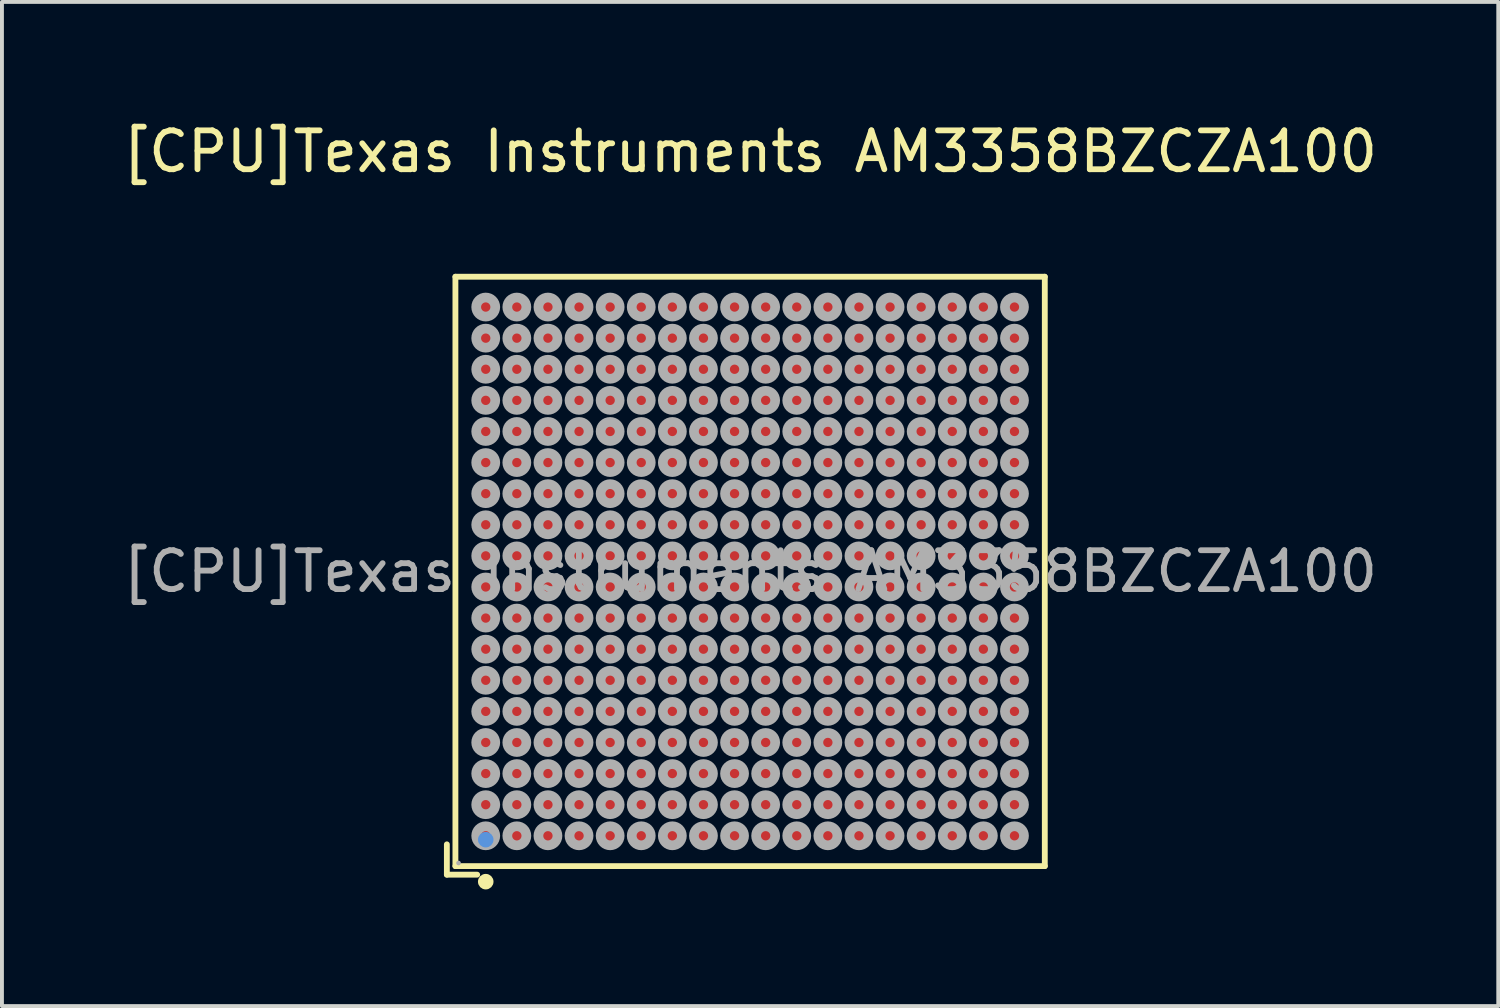
<source format=kicad_pcb>
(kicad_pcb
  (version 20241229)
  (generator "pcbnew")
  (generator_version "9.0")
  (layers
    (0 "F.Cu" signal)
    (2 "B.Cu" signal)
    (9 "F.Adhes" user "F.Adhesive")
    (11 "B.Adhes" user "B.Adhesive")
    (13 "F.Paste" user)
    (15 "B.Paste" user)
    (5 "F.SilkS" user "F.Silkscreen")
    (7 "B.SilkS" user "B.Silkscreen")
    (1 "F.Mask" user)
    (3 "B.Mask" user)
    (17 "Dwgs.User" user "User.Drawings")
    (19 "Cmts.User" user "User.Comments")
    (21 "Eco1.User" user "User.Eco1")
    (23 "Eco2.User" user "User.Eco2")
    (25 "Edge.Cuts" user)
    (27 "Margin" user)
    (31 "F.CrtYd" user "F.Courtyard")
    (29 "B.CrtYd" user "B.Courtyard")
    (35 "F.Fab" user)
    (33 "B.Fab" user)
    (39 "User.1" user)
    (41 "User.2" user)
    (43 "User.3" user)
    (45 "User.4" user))
  (footprint "[CPU]Texas Instruments AM3358BZCZA100"
    (layer "F.Cu")
    (at 16.244 11.648)
    (property "Reference" "[CPU]Texas Instruments AM3358BZCZA100" (at 0 -10.8 0) (layer "F.SilkS") (effects (font (size 1 1) (thickness 0.15))))
    (attr smd)
    (fp_line (start -7.8 7.02) (end -7.8 7.8) (stroke (width 0.15) (type solid)) (layer "F.SilkS"))
    (fp_line (start -7.8 7.8) (end -7.02 7.8) (stroke (width 0.15) (type solid)) (layer "F.SilkS"))
    (fp_line (start -7.58 -7.58) (end 7.58 -7.58) (stroke (width 0.15) (type solid)) (layer "F.SilkS"))
    (fp_line (start -7.58 7.58) (end -7.58 -7.58) (stroke (width 0.15) (type solid)) (layer "F.SilkS"))
    (fp_line (start 7.58 -7.58) (end 7.58 7.58) (stroke (width 0.15) (type solid)) (layer "F.SilkS"))
    (fp_line (start 7.58 7.58) (end -7.58 7.58) (stroke (width 0.15) (type solid)) (layer "F.SilkS"))
    (fp_circle (center -6.8 7.98) (end -6.7 7.98) (stroke (width 0.2) (type solid)) (fill no) (layer "F.SilkS"))
    (fp_circle (center -6.8 6.9) (end -6.7 6.9) (stroke (width 0.2) (type solid)) (fill no) (layer "Cmts.User"))
    (fp_circle (center -7.5 7.5) (end -7.47 7.5) (stroke (width 0.06) (type solid)) (fill no) (layer "F.Fab"))
    (fp_circle (center -6.8 -6.8) (end -6.68 -6.8) (stroke (width 0.25) (type solid)) (fill no) (layer "F.Fab"))
    (fp_circle (center -6.8 -6) (end -6.68 -6) (stroke (width 0.25) (type solid)) (fill no) (layer "F.Fab"))
    (fp_circle (center -6.8 -5.2) (end -6.68 -5.2) (stroke (width 0.25) (type solid)) (fill no) (layer "F.Fab"))
    (fp_circle (center -6.8 -4.4) (end -6.68 -4.4) (stroke (width 0.25) (type solid)) (fill no) (layer "F.Fab"))
    (fp_circle (center -6.8 -3.6) (end -6.68 -3.6) (stroke (width 0.25) (type solid)) (fill no) (layer "F.Fab"))
    (fp_circle (center -6.8 -2.8) (end -6.68 -2.8) (stroke (width 0.25) (type solid)) (fill no) (layer "F.Fab"))
    (fp_circle (center -6.8 -2) (end -6.68 -2) (stroke (width 0.25) (type solid)) (fill no) (layer "F.Fab"))
    (fp_circle (center -6.8 -1.2) (end -6.68 -1.2) (stroke (width 0.25) (type solid)) (fill no) (layer "F.Fab"))
    (fp_circle (center -6.8 -0.4) (end -6.68 -0.4) (stroke (width 0.25) (type solid)) (fill no) (layer "F.Fab"))
    (fp_circle (center -6.8 0.4) (end -6.68 0.4) (stroke (width 0.25) (type solid)) (fill no) (layer "F.Fab"))
    (fp_circle (center -6.8 1.2) (end -6.68 1.2) (stroke (width 0.25) (type solid)) (fill no) (layer "F.Fab"))
    (fp_circle (center -6.8 2) (end -6.68 2) (stroke (width 0.25) (type solid)) (fill no) (layer "F.Fab"))
    (fp_circle (center -6.8 2.8) (end -6.68 2.8) (stroke (width 0.25) (type solid)) (fill no) (layer "F.Fab"))
    (fp_circle (center -6.8 3.6) (end -6.68 3.6) (stroke (width 0.25) (type solid)) (fill no) (layer "F.Fab"))
    (fp_circle (center -6.8 4.4) (end -6.68 4.4) (stroke (width 0.25) (type solid)) (fill no) (layer "F.Fab"))
    (fp_circle (center -6.8 5.2) (end -6.68 5.2) (stroke (width 0.25) (type solid)) (fill no) (layer "F.Fab"))
    (fp_circle (center -6.8 6) (end -6.68 6) (stroke (width 0.25) (type solid)) (fill no) (layer "F.Fab"))
    (fp_circle (center -6.8 6.8) (end -6.68 6.8) (stroke (width 0.25) (type solid)) (fill no) (layer "F.Fab"))
    (fp_circle (center -6 -6.8) (end -5.88 -6.8) (stroke (width 0.25) (type solid)) (fill no) (layer "F.Fab"))
    (fp_circle (center -6 -6) (end -5.88 -6) (stroke (width 0.25) (type solid)) (fill no) (layer "F.Fab"))
    (fp_circle (center -6 -5.2) (end -5.88 -5.2) (stroke (width 0.25) (type solid)) (fill no) (layer "F.Fab"))
    (fp_circle (center -6 -4.4) (end -5.88 -4.4) (stroke (width 0.25) (type solid)) (fill no) (layer "F.Fab"))
    (fp_circle (center -6 -3.6) (end -5.88 -3.6) (stroke (width 0.25) (type solid)) (fill no) (layer "F.Fab"))
    (fp_circle (center -6 -2.8) (end -5.88 -2.8) (stroke (width 0.25) (type solid)) (fill no) (layer "F.Fab"))
    (fp_circle (center -6 -2) (end -5.88 -2) (stroke (width 0.25) (type solid)) (fill no) (layer "F.Fab"))
    (fp_circle (center -6 -1.2) (end -5.88 -1.2) (stroke (width 0.25) (type solid)) (fill no) (layer "F.Fab"))
    (fp_circle (center -6 -0.4) (end -5.88 -0.4) (stroke (width 0.25) (type solid)) (fill no) (layer "F.Fab"))
    (fp_circle (center -6 0.4) (end -5.88 0.4) (stroke (width 0.25) (type solid)) (fill no) (layer "F.Fab"))
    (fp_circle (center -6 1.2) (end -5.88 1.2) (stroke (width 0.25) (type solid)) (fill no) (layer "F.Fab"))
    (fp_circle (center -6 2) (end -5.88 2) (stroke (width 0.25) (type solid)) (fill no) (layer "F.Fab"))
    (fp_circle (center -6 2.8) (end -5.88 2.8) (stroke (width 0.25) (type solid)) (fill no) (layer "F.Fab"))
    (fp_circle (center -6 3.6) (end -5.88 3.6) (stroke (width 0.25) (type solid)) (fill no) (layer "F.Fab"))
    (fp_circle (center -6 4.4) (end -5.88 4.4) (stroke (width 0.25) (type solid)) (fill no) (layer "F.Fab"))
    (fp_circle (center -6 5.2) (end -5.88 5.2) (stroke (width 0.25) (type solid)) (fill no) (layer "F.Fab"))
    (fp_circle (center -6 6) (end -5.88 6) (stroke (width 0.25) (type solid)) (fill no) (layer "F.Fab"))
    (fp_circle (center -6 6.8) (end -5.88 6.8) (stroke (width 0.25) (type solid)) (fill no) (layer "F.Fab"))
    (fp_circle (center -5.2 -6.8) (end -5.08 -6.8) (stroke (width 0.25) (type solid)) (fill no) (layer "F.Fab"))
    (fp_circle (center -5.2 -6) (end -5.08 -6) (stroke (width 0.25) (type solid)) (fill no) (layer "F.Fab"))
    (fp_circle (center -5.2 -5.2) (end -5.08 -5.2) (stroke (width 0.25) (type solid)) (fill no) (layer "F.Fab"))
    (fp_circle (center -5.2 -4.4) (end -5.08 -4.4) (stroke (width 0.25) (type solid)) (fill no) (layer "F.Fab"))
    (fp_circle (center -5.2 -3.6) (end -5.08 -3.6) (stroke (width 0.25) (type solid)) (fill no) (layer "F.Fab"))
    (fp_circle (center -5.2 -2.8) (end -5.08 -2.8) (stroke (width 0.25) (type solid)) (fill no) (layer "F.Fab"))
    (fp_circle (center -5.2 -2) (end -5.08 -2) (stroke (width 0.25) (type solid)) (fill no) (layer "F.Fab"))
    (fp_circle (center -5.2 -1.2) (end -5.08 -1.2) (stroke (width 0.25) (type solid)) (fill no) (layer "F.Fab"))
    (fp_circle (center -5.2 -0.4) (end -5.08 -0.4) (stroke (width 0.25) (type solid)) (fill no) (layer "F.Fab"))
    (fp_circle (center -5.2 0.4) (end -5.08 0.4) (stroke (width 0.25) (type solid)) (fill no) (layer "F.Fab"))
    (fp_circle (center -5.2 1.2) (end -5.08 1.2) (stroke (width 0.25) (type solid)) (fill no) (layer "F.Fab"))
    (fp_circle (center -5.2 2) (end -5.08 2) (stroke (width 0.25) (type solid)) (fill no) (layer "F.Fab"))
    (fp_circle (center -5.2 2.8) (end -5.08 2.8) (stroke (width 0.25) (type solid)) (fill no) (layer "F.Fab"))
    (fp_circle (center -5.2 3.6) (end -5.08 3.6) (stroke (width 0.25) (type solid)) (fill no) (layer "F.Fab"))
    (fp_circle (center -5.2 4.4) (end -5.08 4.4) (stroke (width 0.25) (type solid)) (fill no) (layer "F.Fab"))
    (fp_circle (center -5.2 5.2) (end -5.08 5.2) (stroke (width 0.25) (type solid)) (fill no) (layer "F.Fab"))
    (fp_circle (center -5.2 6) (end -5.08 6) (stroke (width 0.25) (type solid)) (fill no) (layer "F.Fab"))
    (fp_circle (center -5.2 6.8) (end -5.08 6.8) (stroke (width 0.25) (type solid)) (fill no) (layer "F.Fab"))
    (fp_circle (center -4.4 -6.8) (end -4.28 -6.8) (stroke (width 0.25) (type solid)) (fill no) (layer "F.Fab"))
    (fp_circle (center -4.4 -6) (end -4.28 -6) (stroke (width 0.25) (type solid)) (fill no) (layer "F.Fab"))
    (fp_circle (center -4.4 -5.2) (end -4.28 -5.2) (stroke (width 0.25) (type solid)) (fill no) (layer "F.Fab"))
    (fp_circle (center -4.4 -4.4) (end -4.28 -4.4) (stroke (width 0.25) (type solid)) (fill no) (layer "F.Fab"))
    (fp_circle (center -4.4 -3.6) (end -4.28 -3.6) (stroke (width 0.25) (type solid)) (fill no) (layer "F.Fab"))
    (fp_circle (center -4.4 -2.8) (end -4.28 -2.8) (stroke (width 0.25) (type solid)) (fill no) (layer "F.Fab"))
    (fp_circle (center -4.4 -2) (end -4.28 -2) (stroke (width 0.25) (type solid)) (fill no) (layer "F.Fab"))
    (fp_circle (center -4.4 -1.2) (end -4.28 -1.2) (stroke (width 0.25) (type solid)) (fill no) (layer "F.Fab"))
    (fp_circle (center -4.4 -0.4) (end -4.28 -0.4) (stroke (width 0.25) (type solid)) (fill no) (layer "F.Fab"))
    (fp_circle (center -4.4 0.4) (end -4.28 0.4) (stroke (width 0.25) (type solid)) (fill no) (layer "F.Fab"))
    (fp_circle (center -4.4 1.2) (end -4.28 1.2) (stroke (width 0.25) (type solid)) (fill no) (layer "F.Fab"))
    (fp_circle (center -4.4 2) (end -4.28 2) (stroke (width 0.25) (type solid)) (fill no) (layer "F.Fab"))
    (fp_circle (center -4.4 2.8) (end -4.28 2.8) (stroke (width 0.25) (type solid)) (fill no) (layer "F.Fab"))
    (fp_circle (center -4.4 3.6) (end -4.28 3.6) (stroke (width 0.25) (type solid)) (fill no) (layer "F.Fab"))
    (fp_circle (center -4.4 4.4) (end -4.28 4.4) (stroke (width 0.25) (type solid)) (fill no) (layer "F.Fab"))
    (fp_circle (center -4.4 5.2) (end -4.28 5.2) (stroke (width 0.25) (type solid)) (fill no) (layer "F.Fab"))
    (fp_circle (center -4.4 6) (end -4.28 6) (stroke (width 0.25) (type solid)) (fill no) (layer "F.Fab"))
    (fp_circle (center -4.4 6.8) (end -4.28 6.8) (stroke (width 0.25) (type solid)) (fill no) (layer "F.Fab"))
    (fp_circle (center -3.6 -6.8) (end -3.48 -6.8) (stroke (width 0.25) (type solid)) (fill no) (layer "F.Fab"))
    (fp_circle (center -3.6 -6) (end -3.48 -6) (stroke (width 0.25) (type solid)) (fill no) (layer "F.Fab"))
    (fp_circle (center -3.6 -5.2) (end -3.48 -5.2) (stroke (width 0.25) (type solid)) (fill no) (layer "F.Fab"))
    (fp_circle (center -3.6 -4.4) (end -3.48 -4.4) (stroke (width 0.25) (type solid)) (fill no) (layer "F.Fab"))
    (fp_circle (center -3.6 -3.6) (end -3.48 -3.6) (stroke (width 0.25) (type solid)) (fill no) (layer "F.Fab"))
    (fp_circle (center -3.6 -2.8) (end -3.48 -2.8) (stroke (width 0.25) (type solid)) (fill no) (layer "F.Fab"))
    (fp_circle (center -3.6 -2) (end -3.48 -2) (stroke (width 0.25) (type solid)) (fill no) (layer "F.Fab"))
    (fp_circle (center -3.6 -1.2) (end -3.48 -1.2) (stroke (width 0.25) (type solid)) (fill no) (layer "F.Fab"))
    (fp_circle (center -3.6 -0.4) (end -3.48 -0.4) (stroke (width 0.25) (type solid)) (fill no) (layer "F.Fab"))
    (fp_circle (center -3.6 0.4) (end -3.48 0.4) (stroke (width 0.25) (type solid)) (fill no) (layer "F.Fab"))
    (fp_circle (center -3.6 1.2) (end -3.48 1.2) (stroke (width 0.25) (type solid)) (fill no) (layer "F.Fab"))
    (fp_circle (center -3.6 2) (end -3.48 2) (stroke (width 0.25) (type solid)) (fill no) (layer "F.Fab"))
    (fp_circle (center -3.6 2.8) (end -3.48 2.8) (stroke (width 0.25) (type solid)) (fill no) (layer "F.Fab"))
    (fp_circle (center -3.6 3.6) (end -3.48 3.6) (stroke (width 0.25) (type solid)) (fill no) (layer "F.Fab"))
    (fp_circle (center -3.6 4.4) (end -3.48 4.4) (stroke (width 0.25) (type solid)) (fill no) (layer "F.Fab"))
    (fp_circle (center -3.6 5.2) (end -3.48 5.2) (stroke (width 0.25) (type solid)) (fill no) (layer "F.Fab"))
    (fp_circle (center -3.6 6) (end -3.48 6) (stroke (width 0.25) (type solid)) (fill no) (layer "F.Fab"))
    (fp_circle (center -3.6 6.8) (end -3.48 6.8) (stroke (width 0.25) (type solid)) (fill no) (layer "F.Fab"))
    (fp_circle (center -2.8 -6.8) (end -2.68 -6.8) (stroke (width 0.25) (type solid)) (fill no) (layer "F.Fab"))
    (fp_circle (center -2.8 -6) (end -2.68 -6) (stroke (width 0.25) (type solid)) (fill no) (layer "F.Fab"))
    (fp_circle (center -2.8 -5.2) (end -2.68 -5.2) (stroke (width 0.25) (type solid)) (fill no) (layer "F.Fab"))
    (fp_circle (center -2.8 -4.4) (end -2.68 -4.4) (stroke (width 0.25) (type solid)) (fill no) (layer "F.Fab"))
    (fp_circle (center -2.8 -3.6) (end -2.68 -3.6) (stroke (width 0.25) (type solid)) (fill no) (layer "F.Fab"))
    (fp_circle (center -2.8 -2.8) (end -2.68 -2.8) (stroke (width 0.25) (type solid)) (fill no) (layer "F.Fab"))
    (fp_circle (center -2.8 -2) (end -2.68 -2) (stroke (width 0.25) (type solid)) (fill no) (layer "F.Fab"))
    (fp_circle (center -2.8 -1.2) (end -2.68 -1.2) (stroke (width 0.25) (type solid)) (fill no) (layer "F.Fab"))
    (fp_circle (center -2.8 -0.4) (end -2.68 -0.4) (stroke (width 0.25) (type solid)) (fill no) (layer "F.Fab"))
    (fp_circle (center -2.8 0.4) (end -2.68 0.4) (stroke (width 0.25) (type solid)) (fill no) (layer "F.Fab"))
    (fp_circle (center -2.8 1.2) (end -2.68 1.2) (stroke (width 0.25) (type solid)) (fill no) (layer "F.Fab"))
    (fp_circle (center -2.8 2) (end -2.68 2) (stroke (width 0.25) (type solid)) (fill no) (layer "F.Fab"))
    (fp_circle (center -2.8 2.8) (end -2.68 2.8) (stroke (width 0.25) (type solid)) (fill no) (layer "F.Fab"))
    (fp_circle (center -2.8 3.6) (end -2.68 3.6) (stroke (width 0.25) (type solid)) (fill no) (layer "F.Fab"))
    (fp_circle (center -2.8 4.4) (end -2.68 4.4) (stroke (width 0.25) (type solid)) (fill no) (layer "F.Fab"))
    (fp_circle (center -2.8 5.2) (end -2.68 5.2) (stroke (width 0.25) (type solid)) (fill no) (layer "F.Fab"))
    (fp_circle (center -2.8 6) (end -2.68 6) (stroke (width 0.25) (type solid)) (fill no) (layer "F.Fab"))
    (fp_circle (center -2.8 6.8) (end -2.68 6.8) (stroke (width 0.25) (type solid)) (fill no) (layer "F.Fab"))
    (fp_circle (center -2 -6.8) (end -1.88 -6.8) (stroke (width 0.25) (type solid)) (fill no) (layer "F.Fab"))
    (fp_circle (center -2 -6) (end -1.88 -6) (stroke (width 0.25) (type solid)) (fill no) (layer "F.Fab"))
    (fp_circle (center -2 -5.2) (end -1.88 -5.2) (stroke (width 0.25) (type solid)) (fill no) (layer "F.Fab"))
    (fp_circle (center -2 -4.4) (end -1.88 -4.4) (stroke (width 0.25) (type solid)) (fill no) (layer "F.Fab"))
    (fp_circle (center -2 -3.6) (end -1.88 -3.6) (stroke (width 0.25) (type solid)) (fill no) (layer "F.Fab"))
    (fp_circle (center -2 -2.8) (end -1.88 -2.8) (stroke (width 0.25) (type solid)) (fill no) (layer "F.Fab"))
    (fp_circle (center -2 -2) (end -1.88 -2) (stroke (width 0.25) (type solid)) (fill no) (layer "F.Fab"))
    (fp_circle (center -2 -1.2) (end -1.88 -1.2) (stroke (width 0.25) (type solid)) (fill no) (layer "F.Fab"))
    (fp_circle (center -2 -0.4) (end -1.88 -0.4) (stroke (width 0.25) (type solid)) (fill no) (layer "F.Fab"))
    (fp_circle (center -2 0.4) (end -1.88 0.4) (stroke (width 0.25) (type solid)) (fill no) (layer "F.Fab"))
    (fp_circle (center -2 1.2) (end -1.88 1.2) (stroke (width 0.25) (type solid)) (fill no) (layer "F.Fab"))
    (fp_circle (center -2 2) (end -1.88 2) (stroke (width 0.25) (type solid)) (fill no) (layer "F.Fab"))
    (fp_circle (center -2 2.8) (end -1.88 2.8) (stroke (width 0.25) (type solid)) (fill no) (layer "F.Fab"))
    (fp_circle (center -2 3.6) (end -1.88 3.6) (stroke (width 0.25) (type solid)) (fill no) (layer "F.Fab"))
    (fp_circle (center -2 4.4) (end -1.88 4.4) (stroke (width 0.25) (type solid)) (fill no) (layer "F.Fab"))
    (fp_circle (center -2 5.2) (end -1.88 5.2) (stroke (width 0.25) (type solid)) (fill no) (layer "F.Fab"))
    (fp_circle (center -2 6) (end -1.88 6) (stroke (width 0.25) (type solid)) (fill no) (layer "F.Fab"))
    (fp_circle (center -2 6.8) (end -1.88 6.8) (stroke (width 0.25) (type solid)) (fill no) (layer "F.Fab"))
    (fp_circle (center -1.2 -6.8) (end -1.08 -6.8) (stroke (width 0.25) (type solid)) (fill no) (layer "F.Fab"))
    (fp_circle (center -1.2 -6) (end -1.08 -6) (stroke (width 0.25) (type solid)) (fill no) (layer "F.Fab"))
    (fp_circle (center -1.2 -5.2) (end -1.08 -5.2) (stroke (width 0.25) (type solid)) (fill no) (layer "F.Fab"))
    (fp_circle (center -1.2 -4.4) (end -1.08 -4.4) (stroke (width 0.25) (type solid)) (fill no) (layer "F.Fab"))
    (fp_circle (center -1.2 -3.6) (end -1.08 -3.6) (stroke (width 0.25) (type solid)) (fill no) (layer "F.Fab"))
    (fp_circle (center -1.2 -2.8) (end -1.08 -2.8) (stroke (width 0.25) (type solid)) (fill no) (layer "F.Fab"))
    (fp_circle (center -1.2 -2) (end -1.08 -2) (stroke (width 0.25) (type solid)) (fill no) (layer "F.Fab"))
    (fp_circle (center -1.2 -1.2) (end -1.08 -1.2) (stroke (width 0.25) (type solid)) (fill no) (layer "F.Fab"))
    (fp_circle (center -1.2 -0.4) (end -1.08 -0.4) (stroke (width 0.25) (type solid)) (fill no) (layer "F.Fab"))
    (fp_circle (center -1.2 0.4) (end -1.08 0.4) (stroke (width 0.25) (type solid)) (fill no) (layer "F.Fab"))
    (fp_circle (center -1.2 1.2) (end -1.08 1.2) (stroke (width 0.25) (type solid)) (fill no) (layer "F.Fab"))
    (fp_circle (center -1.2 2) (end -1.08 2) (stroke (width 0.25) (type solid)) (fill no) (layer "F.Fab"))
    (fp_circle (center -1.2 2.8) (end -1.08 2.8) (stroke (width 0.25) (type solid)) (fill no) (layer "F.Fab"))
    (fp_circle (center -1.2 3.6) (end -1.08 3.6) (stroke (width 0.25) (type solid)) (fill no) (layer "F.Fab"))
    (fp_circle (center -1.2 4.4) (end -1.08 4.4) (stroke (width 0.25) (type solid)) (fill no) (layer "F.Fab"))
    (fp_circle (center -1.2 5.2) (end -1.08 5.2) (stroke (width 0.25) (type solid)) (fill no) (layer "F.Fab"))
    (fp_circle (center -1.2 6) (end -1.08 6) (stroke (width 0.25) (type solid)) (fill no) (layer "F.Fab"))
    (fp_circle (center -1.2 6.8) (end -1.08 6.8) (stroke (width 0.25) (type solid)) (fill no) (layer "F.Fab"))
    (fp_circle (center -0.4 -6.8) (end -0.28 -6.8) (stroke (width 0.25) (type solid)) (fill no) (layer "F.Fab"))
    (fp_circle (center -0.4 -6) (end -0.28 -6) (stroke (width 0.25) (type solid)) (fill no) (layer "F.Fab"))
    (fp_circle (center -0.4 -5.2) (end -0.28 -5.2) (stroke (width 0.25) (type solid)) (fill no) (layer "F.Fab"))
    (fp_circle (center -0.4 -4.4) (end -0.28 -4.4) (stroke (width 0.25) (type solid)) (fill no) (layer "F.Fab"))
    (fp_circle (center -0.4 -3.6) (end -0.28 -3.6) (stroke (width 0.25) (type solid)) (fill no) (layer "F.Fab"))
    (fp_circle (center -0.4 -2.8) (end -0.28 -2.8) (stroke (width 0.25) (type solid)) (fill no) (layer "F.Fab"))
    (fp_circle (center -0.4 -2) (end -0.28 -2) (stroke (width 0.25) (type solid)) (fill no) (layer "F.Fab"))
    (fp_circle (center -0.4 -1.2) (end -0.28 -1.2) (stroke (width 0.25) (type solid)) (fill no) (layer "F.Fab"))
    (fp_circle (center -0.4 -0.4) (end -0.28 -0.4) (stroke (width 0.25) (type solid)) (fill no) (layer "F.Fab"))
    (fp_circle (center -0.4 0.4) (end -0.28 0.4) (stroke (width 0.25) (type solid)) (fill no) (layer "F.Fab"))
    (fp_circle (center -0.4 1.2) (end -0.28 1.2) (stroke (width 0.25) (type solid)) (fill no) (layer "F.Fab"))
    (fp_circle (center -0.4 2) (end -0.28 2) (stroke (width 0.25) (type solid)) (fill no) (layer "F.Fab"))
    (fp_circle (center -0.4 2.8) (end -0.28 2.8) (stroke (width 0.25) (type solid)) (fill no) (layer "F.Fab"))
    (fp_circle (center -0.4 3.6) (end -0.28 3.6) (stroke (width 0.25) (type solid)) (fill no) (layer "F.Fab"))
    (fp_circle (center -0.4 4.4) (end -0.28 4.4) (stroke (width 0.25) (type solid)) (fill no) (layer "F.Fab"))
    (fp_circle (center -0.4 5.2) (end -0.28 5.2) (stroke (width 0.25) (type solid)) (fill no) (layer "F.Fab"))
    (fp_circle (center -0.4 6) (end -0.28 6) (stroke (width 0.25) (type solid)) (fill no) (layer "F.Fab"))
    (fp_circle (center -0.4 6.8) (end -0.28 6.8) (stroke (width 0.25) (type solid)) (fill no) (layer "F.Fab"))
    (fp_circle (center 0.4 -6.8) (end 0.52 -6.8) (stroke (width 0.25) (type solid)) (fill no) (layer "F.Fab"))
    (fp_circle (center 0.4 -6) (end 0.52 -6) (stroke (width 0.25) (type solid)) (fill no) (layer "F.Fab"))
    (fp_circle (center 0.4 -5.2) (end 0.52 -5.2) (stroke (width 0.25) (type solid)) (fill no) (layer "F.Fab"))
    (fp_circle (center 0.4 -4.4) (end 0.52 -4.4) (stroke (width 0.25) (type solid)) (fill no) (layer "F.Fab"))
    (fp_circle (center 0.4 -3.6) (end 0.52 -3.6) (stroke (width 0.25) (type solid)) (fill no) (layer "F.Fab"))
    (fp_circle (center 0.4 -2.8) (end 0.52 -2.8) (stroke (width 0.25) (type solid)) (fill no) (layer "F.Fab"))
    (fp_circle (center 0.4 -2) (end 0.52 -2) (stroke (width 0.25) (type solid)) (fill no) (layer "F.Fab"))
    (fp_circle (center 0.4 -1.2) (end 0.52 -1.2) (stroke (width 0.25) (type solid)) (fill no) (layer "F.Fab"))
    (fp_circle (center 0.4 -0.4) (end 0.52 -0.4) (stroke (width 0.25) (type solid)) (fill no) (layer "F.Fab"))
    (fp_circle (center 0.4 0.4) (end 0.52 0.4) (stroke (width 0.25) (type solid)) (fill no) (layer "F.Fab"))
    (fp_circle (center 0.4 1.2) (end 0.52 1.2) (stroke (width 0.25) (type solid)) (fill no) (layer "F.Fab"))
    (fp_circle (center 0.4 2) (end 0.52 2) (stroke (width 0.25) (type solid)) (fill no) (layer "F.Fab"))
    (fp_circle (center 0.4 2.8) (end 0.52 2.8) (stroke (width 0.25) (type solid)) (fill no) (layer "F.Fab"))
    (fp_circle (center 0.4 3.6) (end 0.52 3.6) (stroke (width 0.25) (type solid)) (fill no) (layer "F.Fab"))
    (fp_circle (center 0.4 4.4) (end 0.52 4.4) (stroke (width 0.25) (type solid)) (fill no) (layer "F.Fab"))
    (fp_circle (center 0.4 5.2) (end 0.52 5.2) (stroke (width 0.25) (type solid)) (fill no) (layer "F.Fab"))
    (fp_circle (center 0.4 6) (end 0.52 6) (stroke (width 0.25) (type solid)) (fill no) (layer "F.Fab"))
    (fp_circle (center 0.4 6.8) (end 0.52 6.8) (stroke (width 0.25) (type solid)) (fill no) (layer "F.Fab"))
    (fp_circle (center 1.2 -6.8) (end 1.32 -6.8) (stroke (width 0.25) (type solid)) (fill no) (layer "F.Fab"))
    (fp_circle (center 1.2 -6) (end 1.32 -6) (stroke (width 0.25) (type solid)) (fill no) (layer "F.Fab"))
    (fp_circle (center 1.2 -5.2) (end 1.32 -5.2) (stroke (width 0.25) (type solid)) (fill no) (layer "F.Fab"))
    (fp_circle (center 1.2 -4.4) (end 1.32 -4.4) (stroke (width 0.25) (type solid)) (fill no) (layer "F.Fab"))
    (fp_circle (center 1.2 -3.6) (end 1.32 -3.6) (stroke (width 0.25) (type solid)) (fill no) (layer "F.Fab"))
    (fp_circle (center 1.2 -2.8) (end 1.32 -2.8) (stroke (width 0.25) (type solid)) (fill no) (layer "F.Fab"))
    (fp_circle (center 1.2 -2) (end 1.32 -2) (stroke (width 0.25) (type solid)) (fill no) (layer "F.Fab"))
    (fp_circle (center 1.2 -1.2) (end 1.32 -1.2) (stroke (width 0.25) (type solid)) (fill no) (layer "F.Fab"))
    (fp_circle (center 1.2 -0.4) (end 1.32 -0.4) (stroke (width 0.25) (type solid)) (fill no) (layer "F.Fab"))
    (fp_circle (center 1.2 0.4) (end 1.32 0.4) (stroke (width 0.25) (type solid)) (fill no) (layer "F.Fab"))
    (fp_circle (center 1.2 1.2) (end 1.32 1.2) (stroke (width 0.25) (type solid)) (fill no) (layer "F.Fab"))
    (fp_circle (center 1.2 2) (end 1.32 2) (stroke (width 0.25) (type solid)) (fill no) (layer "F.Fab"))
    (fp_circle (center 1.2 2.8) (end 1.32 2.8) (stroke (width 0.25) (type solid)) (fill no) (layer "F.Fab"))
    (fp_circle (center 1.2 3.6) (end 1.32 3.6) (stroke (width 0.25) (type solid)) (fill no) (layer "F.Fab"))
    (fp_circle (center 1.2 4.4) (end 1.32 4.4) (stroke (width 0.25) (type solid)) (fill no) (layer "F.Fab"))
    (fp_circle (center 1.2 5.2) (end 1.32 5.2) (stroke (width 0.25) (type solid)) (fill no) (layer "F.Fab"))
    (fp_circle (center 1.2 6) (end 1.32 6) (stroke (width 0.25) (type solid)) (fill no) (layer "F.Fab"))
    (fp_circle (center 1.2 6.8) (end 1.32 6.8) (stroke (width 0.25) (type solid)) (fill no) (layer "F.Fab"))
    (fp_circle (center 2 -6.8) (end 2.12 -6.8) (stroke (width 0.25) (type solid)) (fill no) (layer "F.Fab"))
    (fp_circle (center 2 -6) (end 2.12 -6) (stroke (width 0.25) (type solid)) (fill no) (layer "F.Fab"))
    (fp_circle (center 2 -5.2) (end 2.12 -5.2) (stroke (width 0.25) (type solid)) (fill no) (layer "F.Fab"))
    (fp_circle (center 2 -4.4) (end 2.12 -4.4) (stroke (width 0.25) (type solid)) (fill no) (layer "F.Fab"))
    (fp_circle (center 2 -3.6) (end 2.12 -3.6) (stroke (width 0.25) (type solid)) (fill no) (layer "F.Fab"))
    (fp_circle (center 2 -2.8) (end 2.12 -2.8) (stroke (width 0.25) (type solid)) (fill no) (layer "F.Fab"))
    (fp_circle (center 2 -2) (end 2.12 -2) (stroke (width 0.25) (type solid)) (fill no) (layer "F.Fab"))
    (fp_circle (center 2 -1.2) (end 2.12 -1.2) (stroke (width 0.25) (type solid)) (fill no) (layer "F.Fab"))
    (fp_circle (center 2 -0.4) (end 2.12 -0.4) (stroke (width 0.25) (type solid)) (fill no) (layer "F.Fab"))
    (fp_circle (center 2 0.4) (end 2.12 0.4) (stroke (width 0.25) (type solid)) (fill no) (layer "F.Fab"))
    (fp_circle (center 2 1.2) (end 2.12 1.2) (stroke (width 0.25) (type solid)) (fill no) (layer "F.Fab"))
    (fp_circle (center 2 2) (end 2.12 2) (stroke (width 0.25) (type solid)) (fill no) (layer "F.Fab"))
    (fp_circle (center 2 2.8) (end 2.12 2.8) (stroke (width 0.25) (type solid)) (fill no) (layer "F.Fab"))
    (fp_circle (center 2 3.6) (end 2.12 3.6) (stroke (width 0.25) (type solid)) (fill no) (layer "F.Fab"))
    (fp_circle (center 2 4.4) (end 2.12 4.4) (stroke (width 0.25) (type solid)) (fill no) (layer "F.Fab"))
    (fp_circle (center 2 5.2) (end 2.12 5.2) (stroke (width 0.25) (type solid)) (fill no) (layer "F.Fab"))
    (fp_circle (center 2 6) (end 2.12 6) (stroke (width 0.25) (type solid)) (fill no) (layer "F.Fab"))
    (fp_circle (center 2 6.8) (end 2.12 6.8) (stroke (width 0.25) (type solid)) (fill no) (layer "F.Fab"))
    (fp_circle (center 2.8 -6.8) (end 2.92 -6.8) (stroke (width 0.25) (type solid)) (fill no) (layer "F.Fab"))
    (fp_circle (center 2.8 -6) (end 2.92 -6) (stroke (width 0.25) (type solid)) (fill no) (layer "F.Fab"))
    (fp_circle (center 2.8 -5.2) (end 2.92 -5.2) (stroke (width 0.25) (type solid)) (fill no) (layer "F.Fab"))
    (fp_circle (center 2.8 -4.4) (end 2.92 -4.4) (stroke (width 0.25) (type solid)) (fill no) (layer "F.Fab"))
    (fp_circle (center 2.8 -3.6) (end 2.92 -3.6) (stroke (width 0.25) (type solid)) (fill no) (layer "F.Fab"))
    (fp_circle (center 2.8 -2.8) (end 2.92 -2.8) (stroke (width 0.25) (type solid)) (fill no) (layer "F.Fab"))
    (fp_circle (center 2.8 -2) (end 2.92 -2) (stroke (width 0.25) (type solid)) (fill no) (layer "F.Fab"))
    (fp_circle (center 2.8 -1.2) (end 2.92 -1.2) (stroke (width 0.25) (type solid)) (fill no) (layer "F.Fab"))
    (fp_circle (center 2.8 -0.4) (end 2.92 -0.4) (stroke (width 0.25) (type solid)) (fill no) (layer "F.Fab"))
    (fp_circle (center 2.8 0.4) (end 2.92 0.4) (stroke (width 0.25) (type solid)) (fill no) (layer "F.Fab"))
    (fp_circle (center 2.8 1.2) (end 2.92 1.2) (stroke (width 0.25) (type solid)) (fill no) (layer "F.Fab"))
    (fp_circle (center 2.8 2) (end 2.92 2) (stroke (width 0.25) (type solid)) (fill no) (layer "F.Fab"))
    (fp_circle (center 2.8 2.8) (end 2.92 2.8) (stroke (width 0.25) (type solid)) (fill no) (layer "F.Fab"))
    (fp_circle (center 2.8 3.6) (end 2.92 3.6) (stroke (width 0.25) (type solid)) (fill no) (layer "F.Fab"))
    (fp_circle (center 2.8 4.4) (end 2.92 4.4) (stroke (width 0.25) (type solid)) (fill no) (layer "F.Fab"))
    (fp_circle (center 2.8 5.2) (end 2.92 5.2) (stroke (width 0.25) (type solid)) (fill no) (layer "F.Fab"))
    (fp_circle (center 2.8 6) (end 2.92 6) (stroke (width 0.25) (type solid)) (fill no) (layer "F.Fab"))
    (fp_circle (center 2.8 6.8) (end 2.92 6.8) (stroke (width 0.25) (type solid)) (fill no) (layer "F.Fab"))
    (fp_circle (center 3.6 -6.8) (end 3.72 -6.8) (stroke (width 0.25) (type solid)) (fill no) (layer "F.Fab"))
    (fp_circle (center 3.6 -6) (end 3.72 -6) (stroke (width 0.25) (type solid)) (fill no) (layer "F.Fab"))
    (fp_circle (center 3.6 -5.2) (end 3.72 -5.2) (stroke (width 0.25) (type solid)) (fill no) (layer "F.Fab"))
    (fp_circle (center 3.6 -4.4) (end 3.72 -4.4) (stroke (width 0.25) (type solid)) (fill no) (layer "F.Fab"))
    (fp_circle (center 3.6 -3.6) (end 3.72 -3.6) (stroke (width 0.25) (type solid)) (fill no) (layer "F.Fab"))
    (fp_circle (center 3.6 -2.8) (end 3.72 -2.8) (stroke (width 0.25) (type solid)) (fill no) (layer "F.Fab"))
    (fp_circle (center 3.6 -2) (end 3.72 -2) (stroke (width 0.25) (type solid)) (fill no) (layer "F.Fab"))
    (fp_circle (center 3.6 -1.2) (end 3.72 -1.2) (stroke (width 0.25) (type solid)) (fill no) (layer "F.Fab"))
    (fp_circle (center 3.6 -0.4) (end 3.72 -0.4) (stroke (width 0.25) (type solid)) (fill no) (layer "F.Fab"))
    (fp_circle (center 3.6 0.4) (end 3.72 0.4) (stroke (width 0.25) (type solid)) (fill no) (layer "F.Fab"))
    (fp_circle (center 3.6 1.2) (end 3.72 1.2) (stroke (width 0.25) (type solid)) (fill no) (layer "F.Fab"))
    (fp_circle (center 3.6 2) (end 3.72 2) (stroke (width 0.25) (type solid)) (fill no) (layer "F.Fab"))
    (fp_circle (center 3.6 2.8) (end 3.72 2.8) (stroke (width 0.25) (type solid)) (fill no) (layer "F.Fab"))
    (fp_circle (center 3.6 3.6) (end 3.72 3.6) (stroke (width 0.25) (type solid)) (fill no) (layer "F.Fab"))
    (fp_circle (center 3.6 4.4) (end 3.72 4.4) (stroke (width 0.25) (type solid)) (fill no) (layer "F.Fab"))
    (fp_circle (center 3.6 5.2) (end 3.72 5.2) (stroke (width 0.25) (type solid)) (fill no) (layer "F.Fab"))
    (fp_circle (center 3.6 6) (end 3.72 6) (stroke (width 0.25) (type solid)) (fill no) (layer "F.Fab"))
    (fp_circle (center 3.6 6.8) (end 3.72 6.8) (stroke (width 0.25) (type solid)) (fill no) (layer "F.Fab"))
    (fp_circle (center 4.4 -6.8) (end 4.52 -6.8) (stroke (width 0.25) (type solid)) (fill no) (layer "F.Fab"))
    (fp_circle (center 4.4 -6) (end 4.52 -6) (stroke (width 0.25) (type solid)) (fill no) (layer "F.Fab"))
    (fp_circle (center 4.4 -5.2) (end 4.52 -5.2) (stroke (width 0.25) (type solid)) (fill no) (layer "F.Fab"))
    (fp_circle (center 4.4 -4.4) (end 4.52 -4.4) (stroke (width 0.25) (type solid)) (fill no) (layer "F.Fab"))
    (fp_circle (center 4.4 -3.6) (end 4.52 -3.6) (stroke (width 0.25) (type solid)) (fill no) (layer "F.Fab"))
    (fp_circle (center 4.4 -2.8) (end 4.52 -2.8) (stroke (width 0.25) (type solid)) (fill no) (layer "F.Fab"))
    (fp_circle (center 4.4 -2) (end 4.52 -2) (stroke (width 0.25) (type solid)) (fill no) (layer "F.Fab"))
    (fp_circle (center 4.4 -1.2) (end 4.52 -1.2) (stroke (width 0.25) (type solid)) (fill no) (layer "F.Fab"))
    (fp_circle (center 4.4 -0.4) (end 4.52 -0.4) (stroke (width 0.25) (type solid)) (fill no) (layer "F.Fab"))
    (fp_circle (center 4.4 0.4) (end 4.52 0.4) (stroke (width 0.25) (type solid)) (fill no) (layer "F.Fab"))
    (fp_circle (center 4.4 1.2) (end 4.52 1.2) (stroke (width 0.25) (type solid)) (fill no) (layer "F.Fab"))
    (fp_circle (center 4.4 2) (end 4.52 2) (stroke (width 0.25) (type solid)) (fill no) (layer "F.Fab"))
    (fp_circle (center 4.4 2.8) (end 4.52 2.8) (stroke (width 0.25) (type solid)) (fill no) (layer "F.Fab"))
    (fp_circle (center 4.4 3.6) (end 4.52 3.6) (stroke (width 0.25) (type solid)) (fill no) (layer "F.Fab"))
    (fp_circle (center 4.4 4.4) (end 4.52 4.4) (stroke (width 0.25) (type solid)) (fill no) (layer "F.Fab"))
    (fp_circle (center 4.4 5.2) (end 4.52 5.2) (stroke (width 0.25) (type solid)) (fill no) (layer "F.Fab"))
    (fp_circle (center 4.4 6) (end 4.52 6) (stroke (width 0.25) (type solid)) (fill no) (layer "F.Fab"))
    (fp_circle (center 4.4 6.8) (end 4.52 6.8) (stroke (width 0.25) (type solid)) (fill no) (layer "F.Fab"))
    (fp_circle (center 5.2 -6.8) (end 5.32 -6.8) (stroke (width 0.25) (type solid)) (fill no) (layer "F.Fab"))
    (fp_circle (center 5.2 -6) (end 5.32 -6) (stroke (width 0.25) (type solid)) (fill no) (layer "F.Fab"))
    (fp_circle (center 5.2 -5.2) (end 5.32 -5.2) (stroke (width 0.25) (type solid)) (fill no) (layer "F.Fab"))
    (fp_circle (center 5.2 -4.4) (end 5.32 -4.4) (stroke (width 0.25) (type solid)) (fill no) (layer "F.Fab"))
    (fp_circle (center 5.2 -3.6) (end 5.32 -3.6) (stroke (width 0.25) (type solid)) (fill no) (layer "F.Fab"))
    (fp_circle (center 5.2 -2.8) (end 5.32 -2.8) (stroke (width 0.25) (type solid)) (fill no) (layer "F.Fab"))
    (fp_circle (center 5.2 -2) (end 5.32 -2) (stroke (width 0.25) (type solid)) (fill no) (layer "F.Fab"))
    (fp_circle (center 5.2 -1.2) (end 5.32 -1.2) (stroke (width 0.25) (type solid)) (fill no) (layer "F.Fab"))
    (fp_circle (center 5.2 -0.4) (end 5.32 -0.4) (stroke (width 0.25) (type solid)) (fill no) (layer "F.Fab"))
    (fp_circle (center 5.2 0.4) (end 5.32 0.4) (stroke (width 0.25) (type solid)) (fill no) (layer "F.Fab"))
    (fp_circle (center 5.2 1.2) (end 5.32 1.2) (stroke (width 0.25) (type solid)) (fill no) (layer "F.Fab"))
    (fp_circle (center 5.2 2) (end 5.32 2) (stroke (width 0.25) (type solid)) (fill no) (layer "F.Fab"))
    (fp_circle (center 5.2 2.8) (end 5.32 2.8) (stroke (width 0.25) (type solid)) (fill no) (layer "F.Fab"))
    (fp_circle (center 5.2 3.6) (end 5.32 3.6) (stroke (width 0.25) (type solid)) (fill no) (layer "F.Fab"))
    (fp_circle (center 5.2 4.4) (end 5.32 4.4) (stroke (width 0.25) (type solid)) (fill no) (layer "F.Fab"))
    (fp_circle (center 5.2 5.2) (end 5.32 5.2) (stroke (width 0.25) (type solid)) (fill no) (layer "F.Fab"))
    (fp_circle (center 5.2 6) (end 5.32 6) (stroke (width 0.25) (type solid)) (fill no) (layer "F.Fab"))
    (fp_circle (center 5.2 6.8) (end 5.32 6.8) (stroke (width 0.25) (type solid)) (fill no) (layer "F.Fab"))
    (fp_circle (center 6 -6.8) (end 6.12 -6.8) (stroke (width 0.25) (type solid)) (fill no) (layer "F.Fab"))
    (fp_circle (center 6 -6) (end 6.12 -6) (stroke (width 0.25) (type solid)) (fill no) (layer "F.Fab"))
    (fp_circle (center 6 -5.2) (end 6.12 -5.2) (stroke (width 0.25) (type solid)) (fill no) (layer "F.Fab"))
    (fp_circle (center 6 -4.4) (end 6.12 -4.4) (stroke (width 0.25) (type solid)) (fill no) (layer "F.Fab"))
    (fp_circle (center 6 -3.6) (end 6.12 -3.6) (stroke (width 0.25) (type solid)) (fill no) (layer "F.Fab"))
    (fp_circle (center 6 -2.8) (end 6.12 -2.8) (stroke (width 0.25) (type solid)) (fill no) (layer "F.Fab"))
    (fp_circle (center 6 -2) (end 6.12 -2) (stroke (width 0.25) (type solid)) (fill no) (layer "F.Fab"))
    (fp_circle (center 6 -1.2) (end 6.12 -1.2) (stroke (width 0.25) (type solid)) (fill no) (layer "F.Fab"))
    (fp_circle (center 6 -0.4) (end 6.12 -0.4) (stroke (width 0.25) (type solid)) (fill no) (layer "F.Fab"))
    (fp_circle (center 6 0.4) (end 6.12 0.4) (stroke (width 0.25) (type solid)) (fill no) (layer "F.Fab"))
    (fp_circle (center 6 1.2) (end 6.12 1.2) (stroke (width 0.25) (type solid)) (fill no) (layer "F.Fab"))
    (fp_circle (center 6 2) (end 6.12 2) (stroke (width 0.25) (type solid)) (fill no) (layer "F.Fab"))
    (fp_circle (center 6 2.8) (end 6.12 2.8) (stroke (width 0.25) (type solid)) (fill no) (layer "F.Fab"))
    (fp_circle (center 6 3.6) (end 6.12 3.6) (stroke (width 0.25) (type solid)) (fill no) (layer "F.Fab"))
    (fp_circle (center 6 4.4) (end 6.12 4.4) (stroke (width 0.25) (type solid)) (fill no) (layer "F.Fab"))
    (fp_circle (center 6 5.2) (end 6.12 5.2) (stroke (width 0.25) (type solid)) (fill no) (layer "F.Fab"))
    (fp_circle (center 6 6) (end 6.12 6) (stroke (width 0.25) (type solid)) (fill no) (layer "F.Fab"))
    (fp_circle (center 6 6.8) (end 6.12 6.8) (stroke (width 0.25) (type solid)) (fill no) (layer "F.Fab"))
    (fp_circle (center 6.8 -6.8) (end 6.92 -6.8) (stroke (width 0.25) (type solid)) (fill no) (layer "F.Fab"))
    (fp_circle (center 6.8 -6) (end 6.92 -6) (stroke (width 0.25) (type solid)) (fill no) (layer "F.Fab"))
    (fp_circle (center 6.8 -5.2) (end 6.92 -5.2) (stroke (width 0.25) (type solid)) (fill no) (layer "F.Fab"))
    (fp_circle (center 6.8 -4.4) (end 6.92 -4.4) (stroke (width 0.25) (type solid)) (fill no) (layer "F.Fab"))
    (fp_circle (center 6.8 -3.6) (end 6.92 -3.6) (stroke (width 0.25) (type solid)) (fill no) (layer "F.Fab"))
    (fp_circle (center 6.8 -2.8) (end 6.92 -2.8) (stroke (width 0.25) (type solid)) (fill no) (layer "F.Fab"))
    (fp_circle (center 6.8 -2) (end 6.92 -2) (stroke (width 0.25) (type solid)) (fill no) (layer "F.Fab"))
    (fp_circle (center 6.8 -1.2) (end 6.92 -1.2) (stroke (width 0.25) (type solid)) (fill no) (layer "F.Fab"))
    (fp_circle (center 6.8 -0.4) (end 6.92 -0.4) (stroke (width 0.25) (type solid)) (fill no) (layer "F.Fab"))
    (fp_circle (center 6.8 0.4) (end 6.92 0.4) (stroke (width 0.25) (type solid)) (fill no) (layer "F.Fab"))
    (fp_circle (center 6.8 1.2) (end 6.92 1.2) (stroke (width 0.25) (type solid)) (fill no) (layer "F.Fab"))
    (fp_circle (center 6.8 2) (end 6.92 2) (stroke (width 0.25) (type solid)) (fill no) (layer "F.Fab"))
    (fp_circle (center 6.8 2.8) (end 6.92 2.8) (stroke (width 0.25) (type solid)) (fill no) (layer "F.Fab"))
    (fp_circle (center 6.8 3.6) (end 6.92 3.6) (stroke (width 0.25) (type solid)) (fill no) (layer "F.Fab"))
    (fp_circle (center 6.8 4.4) (end 6.92 4.4) (stroke (width 0.25) (type solid)) (fill no) (layer "F.Fab"))
    (fp_circle (center 6.8 5.2) (end 6.92 5.2) (stroke (width 0.25) (type solid)) (fill no) (layer "F.Fab"))
    (fp_circle (center 6.8 6) (end 6.92 6) (stroke (width 0.25) (type solid)) (fill no) (layer "F.Fab"))
    (fp_circle (center 6.8 6.8) (end 6.92 6.8) (stroke (width 0.25) (type solid)) (fill no) (layer "F.Fab"))
    (fp_text user "${REFERENCE}" (at 0 0 0) (layer "F.Fab") (effects (font (size 1 1) (thickness 0.15))))
    (pad "A1" smd circle (at -6.8 6.8) (size 0.4 0.4) (layers "F.Cu" "F.Mask" "F.Paste"))
    (pad "A2" smd circle (at -6.8 6) (size 0.4 0.4) (layers "F.Cu" "F.Mask" "F.Paste"))
    (pad "A3" smd circle (at -6.8 5.2) (size 0.4 0.4) (layers "F.Cu" "F.Mask" "F.Paste"))
    (pad "A4" smd circle (at -6.8 4.4) (size 0.4 0.4) (layers "F.Cu" "F.Mask" "F.Paste"))
    (pad "A5" smd circle (at -6.8 3.6) (size 0.4 0.4) (layers "F.Cu" "F.Mask" "F.Paste"))
    (pad "A6" smd circle (at -6.8 2.8) (size 0.4 0.4) (layers "F.Cu" "F.Mask" "F.Paste"))
    (pad "A7" smd circle (at -6.8 2) (size 0.4 0.4) (layers "F.Cu" "F.Mask" "F.Paste"))
    (pad "A8" smd circle (at -6.8 1.2) (size 0.4 0.4) (layers "F.Cu" "F.Mask" "F.Paste"))
    (pad "A9" smd circle (at -6.8 0.4) (size 0.4 0.4) (layers "F.Cu" "F.Mask" "F.Paste"))
    (pad "A10" smd circle (at -6.8 -0.4) (size 0.4 0.4) (layers "F.Cu" "F.Mask" "F.Paste"))
    (pad "A11" smd circle (at -6.8 -1.2) (size 0.4 0.4) (layers "F.Cu" "F.Mask" "F.Paste"))
    (pad "A12" smd circle (at -6.8 -2) (size 0.4 0.4) (layers "F.Cu" "F.Mask" "F.Paste"))
    (pad "A13" smd circle (at -6.8 -2.8) (size 0.4 0.4) (layers "F.Cu" "F.Mask" "F.Paste"))
    (pad "A14" smd circle (at -6.8 -3.6) (size 0.4 0.4) (layers "F.Cu" "F.Mask" "F.Paste"))
    (pad "A15" smd circle (at -6.8 -4.4) (size 0.4 0.4) (layers "F.Cu" "F.Mask" "F.Paste"))
    (pad "A16" smd circle (at -6.8 -5.2) (size 0.4 0.4) (layers "F.Cu" "F.Mask" "F.Paste"))
    (pad "A17" smd circle (at -6.8 -6) (size 0.4 0.4) (layers "F.Cu" "F.Mask" "F.Paste"))
    (pad "A18" smd circle (at -6.8 -6.8) (size 0.4 0.4) (layers "F.Cu" "F.Mask" "F.Paste"))
    (pad "B1" smd circle (at -6 6.8) (size 0.4 0.4) (layers "F.Cu" "F.Mask" "F.Paste"))
    (pad "B2" smd circle (at -6 6) (size 0.4 0.4) (layers "F.Cu" "F.Mask" "F.Paste"))
    (pad "B3" smd circle (at -6 5.2) (size 0.4 0.4) (layers "F.Cu" "F.Mask" "F.Paste"))
    (pad "B4" smd circle (at -6 4.4) (size 0.4 0.4) (layers "F.Cu" "F.Mask" "F.Paste"))
    (pad "B5" smd circle (at -6 3.6) (size 0.4 0.4) (layers "F.Cu" "F.Mask" "F.Paste"))
    (pad "B6" smd circle (at -6 2.8) (size 0.4 0.4) (layers "F.Cu" "F.Mask" "F.Paste"))
    (pad "B7" smd circle (at -6 2) (size 0.4 0.4) (layers "F.Cu" "F.Mask" "F.Paste"))
    (pad "B8" smd circle (at -6 1.2) (size 0.4 0.4) (layers "F.Cu" "F.Mask" "F.Paste"))
    (pad "B9" smd circle (at -6 0.4) (size 0.4 0.4) (layers "F.Cu" "F.Mask" "F.Paste"))
    (pad "B10" smd circle (at -6 -0.4) (size 0.4 0.4) (layers "F.Cu" "F.Mask" "F.Paste"))
    (pad "B11" smd circle (at -6 -1.2) (size 0.4 0.4) (layers "F.Cu" "F.Mask" "F.Paste"))
    (pad "B12" smd circle (at -6 -2) (size 0.4 0.4) (layers "F.Cu" "F.Mask" "F.Paste"))
    (pad "B13" smd circle (at -6 -2.8) (size 0.4 0.4) (layers "F.Cu" "F.Mask" "F.Paste"))
    (pad "B14" smd circle (at -6 -3.6) (size 0.4 0.4) (layers "F.Cu" "F.Mask" "F.Paste"))
    (pad "B15" smd circle (at -6 -4.4) (size 0.4 0.4) (layers "F.Cu" "F.Mask" "F.Paste"))
    (pad "B16" smd circle (at -6 -5.2) (size 0.4 0.4) (layers "F.Cu" "F.Mask" "F.Paste"))
    (pad "B17" smd circle (at -6 -6) (size 0.4 0.4) (layers "F.Cu" "F.Mask" "F.Paste"))
    (pad "B18" smd circle (at -6 -6.8) (size 0.4 0.4) (layers "F.Cu" "F.Mask" "F.Paste"))
    (pad "C1" smd circle (at -5.2 6.8) (size 0.4 0.4) (layers "F.Cu" "F.Mask" "F.Paste"))
    (pad "C2" smd circle (at -5.2 6) (size 0.4 0.4) (layers "F.Cu" "F.Mask" "F.Paste"))
    (pad "C3" smd circle (at -5.2 5.2) (size 0.4 0.4) (layers "F.Cu" "F.Mask" "F.Paste"))
    (pad "C4" smd circle (at -5.2 4.4) (size 0.4 0.4) (layers "F.Cu" "F.Mask" "F.Paste"))
    (pad "C5" smd circle (at -5.2 3.6) (size 0.4 0.4) (layers "F.Cu" "F.Mask" "F.Paste"))
    (pad "C6" smd circle (at -5.2 2.8) (size 0.4 0.4) (layers "F.Cu" "F.Mask" "F.Paste"))
    (pad "C7" smd circle (at -5.2 2) (size 0.4 0.4) (layers "F.Cu" "F.Mask" "F.Paste"))
    (pad "C8" smd circle (at -5.2 1.2) (size 0.4 0.4) (layers "F.Cu" "F.Mask" "F.Paste"))
    (pad "C9" smd circle (at -5.2 0.4) (size 0.4 0.4) (layers "F.Cu" "F.Mask" "F.Paste"))
    (pad "C10" smd circle (at -5.2 -0.4) (size 0.4 0.4) (layers "F.Cu" "F.Mask" "F.Paste"))
    (pad "C11" smd circle (at -5.2 -1.2) (size 0.4 0.4) (layers "F.Cu" "F.Mask" "F.Paste"))
    (pad "C12" smd circle (at -5.2 -2) (size 0.4 0.4) (layers "F.Cu" "F.Mask" "F.Paste"))
    (pad "C13" smd circle (at -5.2 -2.8) (size 0.4 0.4) (layers "F.Cu" "F.Mask" "F.Paste"))
    (pad "C14" smd circle (at -5.2 -3.6) (size 0.4 0.4) (layers "F.Cu" "F.Mask" "F.Paste"))
    (pad "C15" smd circle (at -5.2 -4.4) (size 0.4 0.4) (layers "F.Cu" "F.Mask" "F.Paste"))
    (pad "C16" smd circle (at -5.2 -5.2) (size 0.4 0.4) (layers "F.Cu" "F.Mask" "F.Paste"))
    (pad "C17" smd circle (at -5.2 -6) (size 0.4 0.4) (layers "F.Cu" "F.Mask" "F.Paste"))
    (pad "C18" smd circle (at -5.2 -6.8) (size 0.4 0.4) (layers "F.Cu" "F.Mask" "F.Paste"))
    (pad "D1" smd circle (at -4.4 6.8) (size 0.4 0.4) (layers "F.Cu" "F.Mask" "F.Paste"))
    (pad "D2" smd circle (at -4.4 6) (size 0.4 0.4) (layers "F.Cu" "F.Mask" "F.Paste"))
    (pad "D3" smd circle (at -4.4 5.2) (size 0.4 0.4) (layers "F.Cu" "F.Mask" "F.Paste"))
    (pad "D4" smd circle (at -4.4 4.4) (size 0.4 0.4) (layers "F.Cu" "F.Mask" "F.Paste"))
    (pad "D5" smd circle (at -4.4 3.6) (size 0.4 0.4) (layers "F.Cu" "F.Mask" "F.Paste"))
    (pad "D6" smd circle (at -4.4 2.8) (size 0.4 0.4) (layers "F.Cu" "F.Mask" "F.Paste"))
    (pad "D7" smd circle (at -4.4 2) (size 0.4 0.4) (layers "F.Cu" "F.Mask" "F.Paste"))
    (pad "D8" smd circle (at -4.4 1.2) (size 0.4 0.4) (layers "F.Cu" "F.Mask" "F.Paste"))
    (pad "D9" smd circle (at -4.4 0.4) (size 0.4 0.4) (layers "F.Cu" "F.Mask" "F.Paste"))
    (pad "D10" smd circle (at -4.4 -0.4) (size 0.4 0.4) (layers "F.Cu" "F.Mask" "F.Paste"))
    (pad "D11" smd circle (at -4.4 -1.2) (size 0.4 0.4) (layers "F.Cu" "F.Mask" "F.Paste"))
    (pad "D12" smd circle (at -4.4 -2) (size 0.4 0.4) (layers "F.Cu" "F.Mask" "F.Paste"))
    (pad "D13" smd circle (at -4.4 -2.8) (size 0.4 0.4) (layers "F.Cu" "F.Mask" "F.Paste"))
    (pad "D14" smd circle (at -4.4 -3.6) (size 0.4 0.4) (layers "F.Cu" "F.Mask" "F.Paste"))
    (pad "D15" smd circle (at -4.4 -4.4) (size 0.4 0.4) (layers "F.Cu" "F.Mask" "F.Paste"))
    (pad "D16" smd circle (at -4.4 -5.2) (size 0.4 0.4) (layers "F.Cu" "F.Mask" "F.Paste"))
    (pad "D17" smd circle (at -4.4 -6) (size 0.4 0.4) (layers "F.Cu" "F.Mask" "F.Paste"))
    (pad "D18" smd circle (at -4.4 -6.8) (size 0.4 0.4) (layers "F.Cu" "F.Mask" "F.Paste"))
    (pad "E1" smd circle (at -3.6 6.8) (size 0.4 0.4) (layers "F.Cu" "F.Mask" "F.Paste"))
    (pad "E2" smd circle (at -3.6 6) (size 0.4 0.4) (layers "F.Cu" "F.Mask" "F.Paste"))
    (pad "E3" smd circle (at -3.6 5.2) (size 0.4 0.4) (layers "F.Cu" "F.Mask" "F.Paste"))
    (pad "E4" smd circle (at -3.6 4.4) (size 0.4 0.4) (layers "F.Cu" "F.Mask" "F.Paste"))
    (pad "E5" smd circle (at -3.6 3.6) (size 0.4 0.4) (layers "F.Cu" "F.Mask" "F.Paste"))
    (pad "E6" smd circle (at -3.6 2.8) (size 0.4 0.4) (layers "F.Cu" "F.Mask" "F.Paste"))
    (pad "E7" smd circle (at -3.6 2) (size 0.4 0.4) (layers "F.Cu" "F.Mask" "F.Paste"))
    (pad "E8" smd circle (at -3.6 1.2) (size 0.4 0.4) (layers "F.Cu" "F.Mask" "F.Paste"))
    (pad "E9" smd circle (at -3.6 0.4) (size 0.4 0.4) (layers "F.Cu" "F.Mask" "F.Paste"))
    (pad "E10" smd circle (at -3.6 -0.4) (size 0.4 0.4) (layers "F.Cu" "F.Mask" "F.Paste"))
    (pad "E11" smd circle (at -3.6 -1.2) (size 0.4 0.4) (layers "F.Cu" "F.Mask" "F.Paste"))
    (pad "E12" smd circle (at -3.6 -2) (size 0.4 0.4) (layers "F.Cu" "F.Mask" "F.Paste"))
    (pad "E13" smd circle (at -3.6 -2.8) (size 0.4 0.4) (layers "F.Cu" "F.Mask" "F.Paste"))
    (pad "E14" smd circle (at -3.6 -3.6) (size 0.4 0.4) (layers "F.Cu" "F.Mask" "F.Paste"))
    (pad "E15" smd circle (at -3.6 -4.4) (size 0.4 0.4) (layers "F.Cu" "F.Mask" "F.Paste"))
    (pad "E16" smd circle (at -3.6 -5.2) (size 0.4 0.4) (layers "F.Cu" "F.Mask" "F.Paste"))
    (pad "E17" smd circle (at -3.6 -6) (size 0.4 0.4) (layers "F.Cu" "F.Mask" "F.Paste"))
    (pad "E18" smd circle (at -3.6 -6.8) (size 0.4 0.4) (layers "F.Cu" "F.Mask" "F.Paste"))
    (pad "F1" smd circle (at -2.8 6.8) (size 0.4 0.4) (layers "F.Cu" "F.Mask" "F.Paste"))
    (pad "F2" smd circle (at -2.8 6) (size 0.4 0.4) (layers "F.Cu" "F.Mask" "F.Paste"))
    (pad "F3" smd circle (at -2.8 5.2) (size 0.4 0.4) (layers "F.Cu" "F.Mask" "F.Paste"))
    (pad "F4" smd circle (at -2.8 4.4) (size 0.4 0.4) (layers "F.Cu" "F.Mask" "F.Paste"))
    (pad "F5" smd circle (at -2.8 3.6) (size 0.4 0.4) (layers "F.Cu" "F.Mask" "F.Paste"))
    (pad "F6" smd circle (at -2.8 2.8) (size 0.4 0.4) (layers "F.Cu" "F.Mask" "F.Paste"))
    (pad "F7" smd circle (at -2.8 2) (size 0.4 0.4) (layers "F.Cu" "F.Mask" "F.Paste"))
    (pad "F8" smd circle (at -2.8 1.2) (size 0.4 0.4) (layers "F.Cu" "F.Mask" "F.Paste"))
    (pad "F9" smd circle (at -2.8 0.4) (size 0.4 0.4) (layers "F.Cu" "F.Mask" "F.Paste"))
    (pad "F10" smd circle (at -2.8 -0.4) (size 0.4 0.4) (layers "F.Cu" "F.Mask" "F.Paste"))
    (pad "F11" smd circle (at -2.8 -1.2) (size 0.4 0.4) (layers "F.Cu" "F.Mask" "F.Paste"))
    (pad "F12" smd circle (at -2.8 -2) (size 0.4 0.4) (layers "F.Cu" "F.Mask" "F.Paste"))
    (pad "F13" smd circle (at -2.8 -2.8) (size 0.4 0.4) (layers "F.Cu" "F.Mask" "F.Paste"))
    (pad "F14" smd circle (at -2.8 -3.6) (size 0.4 0.4) (layers "F.Cu" "F.Mask" "F.Paste"))
    (pad "F15" smd circle (at -2.8 -4.4) (size 0.4 0.4) (layers "F.Cu" "F.Mask" "F.Paste"))
    (pad "F16" smd circle (at -2.8 -5.2) (size 0.4 0.4) (layers "F.Cu" "F.Mask" "F.Paste"))
    (pad "F17" smd circle (at -2.8 -6) (size 0.4 0.4) (layers "F.Cu" "F.Mask" "F.Paste"))
    (pad "F18" smd circle (at -2.8 -6.8) (size 0.4 0.4) (layers "F.Cu" "F.Mask" "F.Paste"))
    (pad "G1" smd circle (at -2 6.8) (size 0.4 0.4) (layers "F.Cu" "F.Mask" "F.Paste"))
    (pad "G2" smd circle (at -2 6) (size 0.4 0.4) (layers "F.Cu" "F.Mask" "F.Paste"))
    (pad "G3" smd circle (at -2 5.2) (size 0.4 0.4) (layers "F.Cu" "F.Mask" "F.Paste"))
    (pad "G4" smd circle (at -2 4.4) (size 0.4 0.4) (layers "F.Cu" "F.Mask" "F.Paste"))
    (pad "G5" smd circle (at -2 3.6) (size 0.4 0.4) (layers "F.Cu" "F.Mask" "F.Paste"))
    (pad "G6" smd circle (at -2 2.8) (size 0.4 0.4) (layers "F.Cu" "F.Mask" "F.Paste"))
    (pad "G7" smd circle (at -2 2) (size 0.4 0.4) (layers "F.Cu" "F.Mask" "F.Paste"))
    (pad "G8" smd circle (at -2 1.2) (size 0.4 0.4) (layers "F.Cu" "F.Mask" "F.Paste"))
    (pad "G9" smd circle (at -2 0.4) (size 0.4 0.4) (layers "F.Cu" "F.Mask" "F.Paste"))
    (pad "G10" smd circle (at -2 -0.4) (size 0.4 0.4) (layers "F.Cu" "F.Mask" "F.Paste"))
    (pad "G11" smd circle (at -2 -1.2) (size 0.4 0.4) (layers "F.Cu" "F.Mask" "F.Paste"))
    (pad "G12" smd circle (at -2 -2) (size 0.4 0.4) (layers "F.Cu" "F.Mask" "F.Paste"))
    (pad "G13" smd circle (at -2 -2.8) (size 0.4 0.4) (layers "F.Cu" "F.Mask" "F.Paste"))
    (pad "G14" smd circle (at -2 -3.6) (size 0.4 0.4) (layers "F.Cu" "F.Mask" "F.Paste"))
    (pad "G15" smd circle (at -2 -4.4) (size 0.4 0.4) (layers "F.Cu" "F.Mask" "F.Paste"))
    (pad "G16" smd circle (at -2 -5.2) (size 0.4 0.4) (layers "F.Cu" "F.Mask" "F.Paste"))
    (pad "G17" smd circle (at -2 -6) (size 0.4 0.4) (layers "F.Cu" "F.Mask" "F.Paste"))
    (pad "G18" smd circle (at -2 -6.8) (size 0.4 0.4) (layers "F.Cu" "F.Mask" "F.Paste"))
    (pad "H1" smd circle (at -1.2 6.8) (size 0.4 0.4) (layers "F.Cu" "F.Mask" "F.Paste"))
    (pad "H2" smd circle (at -1.2 6) (size 0.4 0.4) (layers "F.Cu" "F.Mask" "F.Paste"))
    (pad "H3" smd circle (at -1.2 5.2) (size 0.4 0.4) (layers "F.Cu" "F.Mask" "F.Paste"))
    (pad "H4" smd circle (at -1.2 4.4) (size 0.4 0.4) (layers "F.Cu" "F.Mask" "F.Paste"))
    (pad "H5" smd circle (at -1.2 3.6) (size 0.4 0.4) (layers "F.Cu" "F.Mask" "F.Paste"))
    (pad "H6" smd circle (at -1.2 2.8) (size 0.4 0.4) (layers "F.Cu" "F.Mask" "F.Paste"))
    (pad "H7" smd circle (at -1.2 2) (size 0.4 0.4) (layers "F.Cu" "F.Mask" "F.Paste"))
    (pad "H8" smd circle (at -1.2 1.2) (size 0.4 0.4) (layers "F.Cu" "F.Mask" "F.Paste"))
    (pad "H9" smd circle (at -1.2 0.4) (size 0.4 0.4) (layers "F.Cu" "F.Mask" "F.Paste"))
    (pad "H10" smd circle (at -1.2 -0.4) (size 0.4 0.4) (layers "F.Cu" "F.Mask" "F.Paste"))
    (pad "H11" smd circle (at -1.2 -1.2) (size 0.4 0.4) (layers "F.Cu" "F.Mask" "F.Paste"))
    (pad "H12" smd circle (at -1.2 -2) (size 0.4 0.4) (layers "F.Cu" "F.Mask" "F.Paste"))
    (pad "H13" smd circle (at -1.2 -2.8) (size 0.4 0.4) (layers "F.Cu" "F.Mask" "F.Paste"))
    (pad "H14" smd circle (at -1.2 -3.6) (size 0.4 0.4) (layers "F.Cu" "F.Mask" "F.Paste"))
    (pad "H15" smd circle (at -1.2 -4.4) (size 0.4 0.4) (layers "F.Cu" "F.Mask" "F.Paste"))
    (pad "H16" smd circle (at -1.2 -5.2) (size 0.4 0.4) (layers "F.Cu" "F.Mask" "F.Paste"))
    (pad "H17" smd circle (at -1.2 -6) (size 0.4 0.4) (layers "F.Cu" "F.Mask" "F.Paste"))
    (pad "H18" smd circle (at -1.2 -6.8) (size 0.4 0.4) (layers "F.Cu" "F.Mask" "F.Paste"))
    (pad "J1" smd circle (at -0.4 6.8) (size 0.4 0.4) (layers "F.Cu" "F.Mask" "F.Paste"))
    (pad "J2" smd circle (at -0.4 6) (size 0.4 0.4) (layers "F.Cu" "F.Mask" "F.Paste"))
    (pad "J3" smd circle (at -0.4 5.2) (size 0.4 0.4) (layers "F.Cu" "F.Mask" "F.Paste"))
    (pad "J4" smd circle (at -0.4 4.4) (size 0.4 0.4) (layers "F.Cu" "F.Mask" "F.Paste"))
    (pad "J5" smd circle (at -0.4 3.6) (size 0.4 0.4) (layers "F.Cu" "F.Mask" "F.Paste"))
    (pad "J6" smd circle (at -0.4 2.8) (size 0.4 0.4) (layers "F.Cu" "F.Mask" "F.Paste"))
    (pad "J7" smd circle (at -0.4 2) (size 0.4 0.4) (layers "F.Cu" "F.Mask" "F.Paste"))
    (pad "J8" smd circle (at -0.4 1.2) (size 0.4 0.4) (layers "F.Cu" "F.Mask" "F.Paste"))
    (pad "J9" smd circle (at -0.4 0.4) (size 0.4 0.4) (layers "F.Cu" "F.Mask" "F.Paste"))
    (pad "J10" smd circle (at -0.4 -0.4) (size 0.4 0.4) (layers "F.Cu" "F.Mask" "F.Paste"))
    (pad "J11" smd circle (at -0.4 -1.2) (size 0.4 0.4) (layers "F.Cu" "F.Mask" "F.Paste"))
    (pad "J12" smd circle (at -0.4 -2) (size 0.4 0.4) (layers "F.Cu" "F.Mask" "F.Paste"))
    (pad "J13" smd circle (at -0.4 -2.8) (size 0.4 0.4) (layers "F.Cu" "F.Mask" "F.Paste"))
    (pad "J14" smd circle (at -0.4 -3.6) (size 0.4 0.4) (layers "F.Cu" "F.Mask" "F.Paste"))
    (pad "J15" smd circle (at -0.4 -4.4) (size 0.4 0.4) (layers "F.Cu" "F.Mask" "F.Paste"))
    (pad "J16" smd circle (at -0.4 -5.2) (size 0.4 0.4) (layers "F.Cu" "F.Mask" "F.Paste"))
    (pad "J17" smd circle (at -0.4 -6) (size 0.4 0.4) (layers "F.Cu" "F.Mask" "F.Paste"))
    (pad "J18" smd circle (at -0.4 -6.8) (size 0.4 0.4) (layers "F.Cu" "F.Mask" "F.Paste"))
    (pad "K1" smd circle (at 0.4 6.8) (size 0.4 0.4) (layers "F.Cu" "F.Mask" "F.Paste"))
    (pad "K2" smd circle (at 0.4 6) (size 0.4 0.4) (layers "F.Cu" "F.Mask" "F.Paste"))
    (pad "K3" smd circle (at 0.4 5.2) (size 0.4 0.4) (layers "F.Cu" "F.Mask" "F.Paste"))
    (pad "K4" smd circle (at 0.4 4.4) (size 0.4 0.4) (layers "F.Cu" "F.Mask" "F.Paste"))
    (pad "K5" smd circle (at 0.4 3.6) (size 0.4 0.4) (layers "F.Cu" "F.Mask" "F.Paste"))
    (pad "K6" smd circle (at 0.4 2.8) (size 0.4 0.4) (layers "F.Cu" "F.Mask" "F.Paste"))
    (pad "K7" smd circle (at 0.4 2) (size 0.4 0.4) (layers "F.Cu" "F.Mask" "F.Paste"))
    (pad "K8" smd circle (at 0.4 1.2) (size 0.4 0.4) (layers "F.Cu" "F.Mask" "F.Paste"))
    (pad "K9" smd circle (at 0.4 0.4) (size 0.4 0.4) (layers "F.Cu" "F.Mask" "F.Paste"))
    (pad "K10" smd circle (at 0.4 -0.4) (size 0.4 0.4) (layers "F.Cu" "F.Mask" "F.Paste"))
    (pad "K11" smd circle (at 0.4 -1.2) (size 0.4 0.4) (layers "F.Cu" "F.Mask" "F.Paste"))
    (pad "K12" smd circle (at 0.4 -2) (size 0.4 0.4) (layers "F.Cu" "F.Mask" "F.Paste"))
    (pad "K13" smd circle (at 0.4 -2.8) (size 0.4 0.4) (layers "F.Cu" "F.Mask" "F.Paste"))
    (pad "K14" smd circle (at 0.4 -3.6) (size 0.4 0.4) (layers "F.Cu" "F.Mask" "F.Paste"))
    (pad "K15" smd circle (at 0.4 -4.4) (size 0.4 0.4) (layers "F.Cu" "F.Mask" "F.Paste"))
    (pad "K16" smd circle (at 0.4 -5.2) (size 0.4 0.4) (layers "F.Cu" "F.Mask" "F.Paste"))
    (pad "K17" smd circle (at 0.4 -6) (size 0.4 0.4) (layers "F.Cu" "F.Mask" "F.Paste"))
    (pad "K18" smd circle (at 0.4 -6.8) (size 0.4 0.4) (layers "F.Cu" "F.Mask" "F.Paste"))
    (pad "L1" smd circle (at 1.2 6.8) (size 0.4 0.4) (layers "F.Cu" "F.Mask" "F.Paste"))
    (pad "L2" smd circle (at 1.2 6) (size 0.4 0.4) (layers "F.Cu" "F.Mask" "F.Paste"))
    (pad "L3" smd circle (at 1.2 5.2) (size 0.4 0.4) (layers "F.Cu" "F.Mask" "F.Paste"))
    (pad "L4" smd circle (at 1.2 4.4) (size 0.4 0.4) (layers "F.Cu" "F.Mask" "F.Paste"))
    (pad "L5" smd circle (at 1.2 3.6) (size 0.4 0.4) (layers "F.Cu" "F.Mask" "F.Paste"))
    (pad "L6" smd circle (at 1.2 2.8) (size 0.4 0.4) (layers "F.Cu" "F.Mask" "F.Paste"))
    (pad "L7" smd circle (at 1.2 2) (size 0.4 0.4) (layers "F.Cu" "F.Mask" "F.Paste"))
    (pad "L8" smd circle (at 1.2 1.2) (size 0.4 0.4) (layers "F.Cu" "F.Mask" "F.Paste"))
    (pad "L9" smd circle (at 1.2 0.4) (size 0.4 0.4) (layers "F.Cu" "F.Mask" "F.Paste"))
    (pad "L10" smd circle (at 1.2 -0.4) (size 0.4 0.4) (layers "F.Cu" "F.Mask" "F.Paste"))
    (pad "L11" smd circle (at 1.2 -1.2) (size 0.4 0.4) (layers "F.Cu" "F.Mask" "F.Paste"))
    (pad "L12" smd circle (at 1.2 -2) (size 0.4 0.4) (layers "F.Cu" "F.Mask" "F.Paste"))
    (pad "L13" smd circle (at 1.2 -2.8) (size 0.4 0.4) (layers "F.Cu" "F.Mask" "F.Paste"))
    (pad "L14" smd circle (at 1.2 -3.6) (size 0.4 0.4) (layers "F.Cu" "F.Mask" "F.Paste"))
    (pad "L15" smd circle (at 1.2 -4.4) (size 0.4 0.4) (layers "F.Cu" "F.Mask" "F.Paste"))
    (pad "L16" smd circle (at 1.2 -5.2) (size 0.4 0.4) (layers "F.Cu" "F.Mask" "F.Paste"))
    (pad "L17" smd circle (at 1.2 -6) (size 0.4 0.4) (layers "F.Cu" "F.Mask" "F.Paste"))
    (pad "L18" smd circle (at 1.2 -6.8) (size 0.4 0.4) (layers "F.Cu" "F.Mask" "F.Paste"))
    (pad "M1" smd circle (at 2 6.8) (size 0.4 0.4) (layers "F.Cu" "F.Mask" "F.Paste"))
    (pad "M2" smd circle (at 2 6) (size 0.4 0.4) (layers "F.Cu" "F.Mask" "F.Paste"))
    (pad "M3" smd circle (at 2 5.2) (size 0.4 0.4) (layers "F.Cu" "F.Mask" "F.Paste"))
    (pad "M4" smd circle (at 2 4.4) (size 0.4 0.4) (layers "F.Cu" "F.Mask" "F.Paste"))
    (pad "M5" smd circle (at 2 3.6) (size 0.4 0.4) (layers "F.Cu" "F.Mask" "F.Paste"))
    (pad "M6" smd circle (at 2 2.8) (size 0.4 0.4) (layers "F.Cu" "F.Mask" "F.Paste"))
    (pad "M7" smd circle (at 2 2) (size 0.4 0.4) (layers "F.Cu" "F.Mask" "F.Paste"))
    (pad "M8" smd circle (at 2 1.2) (size 0.4 0.4) (layers "F.Cu" "F.Mask" "F.Paste"))
    (pad "M9" smd circle (at 2 0.4) (size 0.4 0.4) (layers "F.Cu" "F.Mask" "F.Paste"))
    (pad "M10" smd circle (at 2 -0.4) (size 0.4 0.4) (layers "F.Cu" "F.Mask" "F.Paste"))
    (pad "M11" smd circle (at 2 -1.2) (size 0.4 0.4) (layers "F.Cu" "F.Mask" "F.Paste"))
    (pad "M12" smd circle (at 2 -2) (size 0.4 0.4) (layers "F.Cu" "F.Mask" "F.Paste"))
    (pad "M13" smd circle (at 2 -2.8) (size 0.4 0.4) (layers "F.Cu" "F.Mask" "F.Paste"))
    (pad "M14" smd circle (at 2 -3.6) (size 0.4 0.4) (layers "F.Cu" "F.Mask" "F.Paste"))
    (pad "M15" smd circle (at 2 -4.4) (size 0.4 0.4) (layers "F.Cu" "F.Mask" "F.Paste"))
    (pad "M16" smd circle (at 2 -5.2) (size 0.4 0.4) (layers "F.Cu" "F.Mask" "F.Paste"))
    (pad "M17" smd circle (at 2 -6) (size 0.4 0.4) (layers "F.Cu" "F.Mask" "F.Paste"))
    (pad "M18" smd circle (at 2 -6.8) (size 0.4 0.4) (layers "F.Cu" "F.Mask" "F.Paste"))
    (pad "N1" smd circle (at 2.8 6.8) (size 0.4 0.4) (layers "F.Cu" "F.Mask" "F.Paste"))
    (pad "N2" smd circle (at 2.8 6) (size 0.4 0.4) (layers "F.Cu" "F.Mask" "F.Paste"))
    (pad "N3" smd circle (at 2.8 5.2) (size 0.4 0.4) (layers "F.Cu" "F.Mask" "F.Paste"))
    (pad "N4" smd circle (at 2.8 4.4) (size 0.4 0.4) (layers "F.Cu" "F.Mask" "F.Paste"))
    (pad "N5" smd circle (at 2.8 3.6) (size 0.4 0.4) (layers "F.Cu" "F.Mask" "F.Paste"))
    (pad "N6" smd circle (at 2.8 2.8) (size 0.4 0.4) (layers "F.Cu" "F.Mask" "F.Paste"))
    (pad "N7" smd circle (at 2.8 2) (size 0.4 0.4) (layers "F.Cu" "F.Mask" "F.Paste"))
    (pad "N8" smd circle (at 2.8 1.2) (size 0.4 0.4) (layers "F.Cu" "F.Mask" "F.Paste"))
    (pad "N9" smd circle (at 2.8 0.4) (size 0.4 0.4) (layers "F.Cu" "F.Mask" "F.Paste"))
    (pad "N10" smd circle (at 2.8 -0.4) (size 0.4 0.4) (layers "F.Cu" "F.Mask" "F.Paste"))
    (pad "N11" smd circle (at 2.8 -1.2) (size 0.4 0.4) (layers "F.Cu" "F.Mask" "F.Paste"))
    (pad "N12" smd circle (at 2.8 -2) (size 0.4 0.4) (layers "F.Cu" "F.Mask" "F.Paste"))
    (pad "N13" smd circle (at 2.8 -2.8) (size 0.4 0.4) (layers "F.Cu" "F.Mask" "F.Paste"))
    (pad "N14" smd circle (at 2.8 -3.6) (size 0.4 0.4) (layers "F.Cu" "F.Mask" "F.Paste"))
    (pad "N15" smd circle (at 2.8 -4.4) (size 0.4 0.4) (layers "F.Cu" "F.Mask" "F.Paste"))
    (pad "N16" smd circle (at 2.8 -5.2) (size 0.4 0.4) (layers "F.Cu" "F.Mask" "F.Paste"))
    (pad "N17" smd circle (at 2.8 -6) (size 0.4 0.4) (layers "F.Cu" "F.Mask" "F.Paste"))
    (pad "N18" smd circle (at 2.8 -6.8) (size 0.4 0.4) (layers "F.Cu" "F.Mask" "F.Paste"))
    (pad "P1" smd circle (at 3.6 6.8) (size 0.4 0.4) (layers "F.Cu" "F.Mask" "F.Paste"))
    (pad "P2" smd circle (at 3.6 6) (size 0.4 0.4) (layers "F.Cu" "F.Mask" "F.Paste"))
    (pad "P3" smd circle (at 3.6 5.2) (size 0.4 0.4) (layers "F.Cu" "F.Mask" "F.Paste"))
    (pad "P4" smd circle (at 3.6 4.4) (size 0.4 0.4) (layers "F.Cu" "F.Mask" "F.Paste"))
    (pad "P5" smd circle (at 3.6 3.6) (size 0.4 0.4) (layers "F.Cu" "F.Mask" "F.Paste"))
    (pad "P6" smd circle (at 3.6 2.8) (size 0.4 0.4) (layers "F.Cu" "F.Mask" "F.Paste"))
    (pad "P7" smd circle (at 3.6 2) (size 0.4 0.4) (layers "F.Cu" "F.Mask" "F.Paste"))
    (pad "P8" smd circle (at 3.6 1.2) (size 0.4 0.4) (layers "F.Cu" "F.Mask" "F.Paste"))
    (pad "P9" smd circle (at 3.6 0.4) (size 0.4 0.4) (layers "F.Cu" "F.Mask" "F.Paste"))
    (pad "P10" smd circle (at 3.6 -0.4) (size 0.4 0.4) (layers "F.Cu" "F.Mask" "F.Paste"))
    (pad "P11" smd circle (at 3.6 -1.2) (size 0.4 0.4) (layers "F.Cu" "F.Mask" "F.Paste"))
    (pad "P12" smd circle (at 3.6 -2) (size 0.4 0.4) (layers "F.Cu" "F.Mask" "F.Paste"))
    (pad "P13" smd circle (at 3.6 -2.8) (size 0.4 0.4) (layers "F.Cu" "F.Mask" "F.Paste"))
    (pad "P14" smd circle (at 3.6 -3.6) (size 0.4 0.4) (layers "F.Cu" "F.Mask" "F.Paste"))
    (pad "P15" smd circle (at 3.6 -4.4) (size 0.4 0.4) (layers "F.Cu" "F.Mask" "F.Paste"))
    (pad "P16" smd circle (at 3.6 -5.2) (size 0.4 0.4) (layers "F.Cu" "F.Mask" "F.Paste"))
    (pad "P17" smd circle (at 3.6 -6) (size 0.4 0.4) (layers "F.Cu" "F.Mask" "F.Paste"))
    (pad "P18" smd circle (at 3.6 -6.8) (size 0.4 0.4) (layers "F.Cu" "F.Mask" "F.Paste"))
    (pad "R1" smd circle (at 4.4 6.8) (size 0.4 0.4) (layers "F.Cu" "F.Mask" "F.Paste"))
    (pad "R2" smd circle (at 4.4 6) (size 0.4 0.4) (layers "F.Cu" "F.Mask" "F.Paste"))
    (pad "R3" smd circle (at 4.4 5.2) (size 0.4 0.4) (layers "F.Cu" "F.Mask" "F.Paste"))
    (pad "R4" smd circle (at 4.4 4.4) (size 0.4 0.4) (layers "F.Cu" "F.Mask" "F.Paste"))
    (pad "R5" smd circle (at 4.4 3.6) (size 0.4 0.4) (layers "F.Cu" "F.Mask" "F.Paste"))
    (pad "R6" smd circle (at 4.4 2.8) (size 0.4 0.4) (layers "F.Cu" "F.Mask" "F.Paste"))
    (pad "R7" smd circle (at 4.4 2) (size 0.4 0.4) (layers "F.Cu" "F.Mask" "F.Paste"))
    (pad "R8" smd circle (at 4.4 1.2) (size 0.4 0.4) (layers "F.Cu" "F.Mask" "F.Paste"))
    (pad "R9" smd circle (at 4.4 0.4) (size 0.4 0.4) (layers "F.Cu" "F.Mask" "F.Paste"))
    (pad "R10" smd circle (at 4.4 -0.4) (size 0.4 0.4) (layers "F.Cu" "F.Mask" "F.Paste"))
    (pad "R11" smd circle (at 4.4 -1.2) (size 0.4 0.4) (layers "F.Cu" "F.Mask" "F.Paste"))
    (pad "R12" smd circle (at 4.4 -2) (size 0.4 0.4) (layers "F.Cu" "F.Mask" "F.Paste"))
    (pad "R13" smd circle (at 4.4 -2.8) (size 0.4 0.4) (layers "F.Cu" "F.Mask" "F.Paste"))
    (pad "R14" smd circle (at 4.4 -3.6) (size 0.4 0.4) (layers "F.Cu" "F.Mask" "F.Paste"))
    (pad "R15" smd circle (at 4.4 -4.4) (size 0.4 0.4) (layers "F.Cu" "F.Mask" "F.Paste"))
    (pad "R16" smd circle (at 4.4 -5.2) (size 0.4 0.4) (layers "F.Cu" "F.Mask" "F.Paste"))
    (pad "R17" smd circle (at 4.4 -6) (size 0.4 0.4) (layers "F.Cu" "F.Mask" "F.Paste"))
    (pad "R18" smd circle (at 4.4 -6.8) (size 0.4 0.4) (layers "F.Cu" "F.Mask" "F.Paste"))
    (pad "T1" smd circle (at 5.2 6.8) (size 0.4 0.4) (layers "F.Cu" "F.Mask" "F.Paste"))
    (pad "T2" smd circle (at 5.2 6) (size 0.4 0.4) (layers "F.Cu" "F.Mask" "F.Paste"))
    (pad "T3" smd circle (at 5.2 5.2) (size 0.4 0.4) (layers "F.Cu" "F.Mask" "F.Paste"))
    (pad "T4" smd circle (at 5.2 4.4) (size 0.4 0.4) (layers "F.Cu" "F.Mask" "F.Paste"))
    (pad "T5" smd circle (at 5.2 3.6) (size 0.4 0.4) (layers "F.Cu" "F.Mask" "F.Paste"))
    (pad "T6" smd circle (at 5.2 2.8) (size 0.4 0.4) (layers "F.Cu" "F.Mask" "F.Paste"))
    (pad "T7" smd circle (at 5.2 2) (size 0.4 0.4) (layers "F.Cu" "F.Mask" "F.Paste"))
    (pad "T8" smd circle (at 5.2 1.2) (size 0.4 0.4) (layers "F.Cu" "F.Mask" "F.Paste"))
    (pad "T9" smd circle (at 5.2 0.4) (size 0.4 0.4) (layers "F.Cu" "F.Mask" "F.Paste"))
    (pad "T10" smd circle (at 5.2 -0.4) (size 0.4 0.4) (layers "F.Cu" "F.Mask" "F.Paste"))
    (pad "T11" smd circle (at 5.2 -1.2) (size 0.4 0.4) (layers "F.Cu" "F.Mask" "F.Paste"))
    (pad "T12" smd circle (at 5.2 -2) (size 0.4 0.4) (layers "F.Cu" "F.Mask" "F.Paste"))
    (pad "T13" smd circle (at 5.2 -2.8) (size 0.4 0.4) (layers "F.Cu" "F.Mask" "F.Paste"))
    (pad "T14" smd circle (at 5.2 -3.6) (size 0.4 0.4) (layers "F.Cu" "F.Mask" "F.Paste"))
    (pad "T15" smd circle (at 5.2 -4.4) (size 0.4 0.4) (layers "F.Cu" "F.Mask" "F.Paste"))
    (pad "T16" smd circle (at 5.2 -5.2) (size 0.4 0.4) (layers "F.Cu" "F.Mask" "F.Paste"))
    (pad "T17" smd circle (at 5.2 -6) (size 0.4 0.4) (layers "F.Cu" "F.Mask" "F.Paste"))
    (pad "T18" smd circle (at 5.2 -6.8) (size 0.4 0.4) (layers "F.Cu" "F.Mask" "F.Paste"))
    (pad "U1" smd circle (at 6 6.8) (size 0.4 0.4) (layers "F.Cu" "F.Mask" "F.Paste"))
    (pad "U2" smd circle (at 6 6) (size 0.4 0.4) (layers "F.Cu" "F.Mask" "F.Paste"))
    (pad "U3" smd circle (at 6 5.2) (size 0.4 0.4) (layers "F.Cu" "F.Mask" "F.Paste"))
    (pad "U4" smd circle (at 6 4.4) (size 0.4 0.4) (layers "F.Cu" "F.Mask" "F.Paste"))
    (pad "U5" smd circle (at 6 3.6) (size 0.4 0.4) (layers "F.Cu" "F.Mask" "F.Paste"))
    (pad "U6" smd circle (at 6 2.8) (size 0.4 0.4) (layers "F.Cu" "F.Mask" "F.Paste"))
    (pad "U7" smd circle (at 6 2) (size 0.4 0.4) (layers "F.Cu" "F.Mask" "F.Paste"))
    (pad "U8" smd circle (at 6 1.2) (size 0.4 0.4) (layers "F.Cu" "F.Mask" "F.Paste"))
    (pad "U9" smd circle (at 6 0.4) (size 0.4 0.4) (layers "F.Cu" "F.Mask" "F.Paste"))
    (pad "U10" smd circle (at 6 -0.4) (size 0.4 0.4) (layers "F.Cu" "F.Mask" "F.Paste"))
    (pad "U11" smd circle (at 6 -1.2) (size 0.4 0.4) (layers "F.Cu" "F.Mask" "F.Paste"))
    (pad "U12" smd circle (at 6 -2) (size 0.4 0.4) (layers "F.Cu" "F.Mask" "F.Paste"))
    (pad "U13" smd circle (at 6 -2.8) (size 0.4 0.4) (layers "F.Cu" "F.Mask" "F.Paste"))
    (pad "U14" smd circle (at 6 -3.6) (size 0.4 0.4) (layers "F.Cu" "F.Mask" "F.Paste"))
    (pad "U15" smd circle (at 6 -4.4) (size 0.4 0.4) (layers "F.Cu" "F.Mask" "F.Paste"))
    (pad "U16" smd circle (at 6 -5.2) (size 0.4 0.4) (layers "F.Cu" "F.Mask" "F.Paste"))
    (pad "U17" smd circle (at 6 -6) (size 0.4 0.4) (layers "F.Cu" "F.Mask" "F.Paste"))
    (pad "U18" smd circle (at 6 -6.8) (size 0.4 0.4) (layers "F.Cu" "F.Mask" "F.Paste"))
    (pad "V1" smd circle (at 6.8 6.8) (size 0.4 0.4) (layers "F.Cu" "F.Mask" "F.Paste"))
    (pad "V2" smd circle (at 6.8 6) (size 0.4 0.4) (layers "F.Cu" "F.Mask" "F.Paste"))
    (pad "V3" smd circle (at 6.8 5.2) (size 0.4 0.4) (layers "F.Cu" "F.Mask" "F.Paste"))
    (pad "V4" smd circle (at 6.8 4.4) (size 0.4 0.4) (layers "F.Cu" "F.Mask" "F.Paste"))
    (pad "V5" smd circle (at 6.8 3.6) (size 0.4 0.4) (layers "F.Cu" "F.Mask" "F.Paste"))
    (pad "V6" smd circle (at 6.8 2.8) (size 0.4 0.4) (layers "F.Cu" "F.Mask" "F.Paste"))
    (pad "V7" smd circle (at 6.8 2) (size 0.4 0.4) (layers "F.Cu" "F.Mask" "F.Paste"))
    (pad "V8" smd circle (at 6.8 1.2) (size 0.4 0.4) (layers "F.Cu" "F.Mask" "F.Paste"))
    (pad "V9" smd circle (at 6.8 0.4) (size 0.4 0.4) (layers "F.Cu" "F.Mask" "F.Paste"))
    (pad "V10" smd circle (at 6.8 -0.4) (size 0.4 0.4) (layers "F.Cu" "F.Mask" "F.Paste"))
    (pad "V11" smd circle (at 6.8 -1.2) (size 0.4 0.4) (layers "F.Cu" "F.Mask" "F.Paste"))
    (pad "V12" smd circle (at 6.8 -2) (size 0.4 0.4) (layers "F.Cu" "F.Mask" "F.Paste"))
    (pad "V13" smd circle (at 6.8 -2.8) (size 0.4 0.4) (layers "F.Cu" "F.Mask" "F.Paste"))
    (pad "V14" smd circle (at 6.8 -3.6) (size 0.4 0.4) (layers "F.Cu" "F.Mask" "F.Paste"))
    (pad "V15" smd circle (at 6.8 -4.4) (size 0.4 0.4) (layers "F.Cu" "F.Mask" "F.Paste"))
    (pad "V16" smd circle (at 6.8 -5.2) (size 0.4 0.4) (layers "F.Cu" "F.Mask" "F.Paste"))
    (pad "V17" smd circle (at 6.8 -6) (size 0.4 0.4) (layers "F.Cu" "F.Mask" "F.Paste"))
    (pad "V18" smd circle (at 6.8 -6.8) (size 0.4 0.4) (layers "F.Cu" "F.Mask" "F.Paste")))
  (gr_rect
    (start -3 -3)
    (end 35.488 22.828)
    (stroke (width 0.1) (type default))
    (fill no)
    (layer "Edge.Cuts")))
</source>
